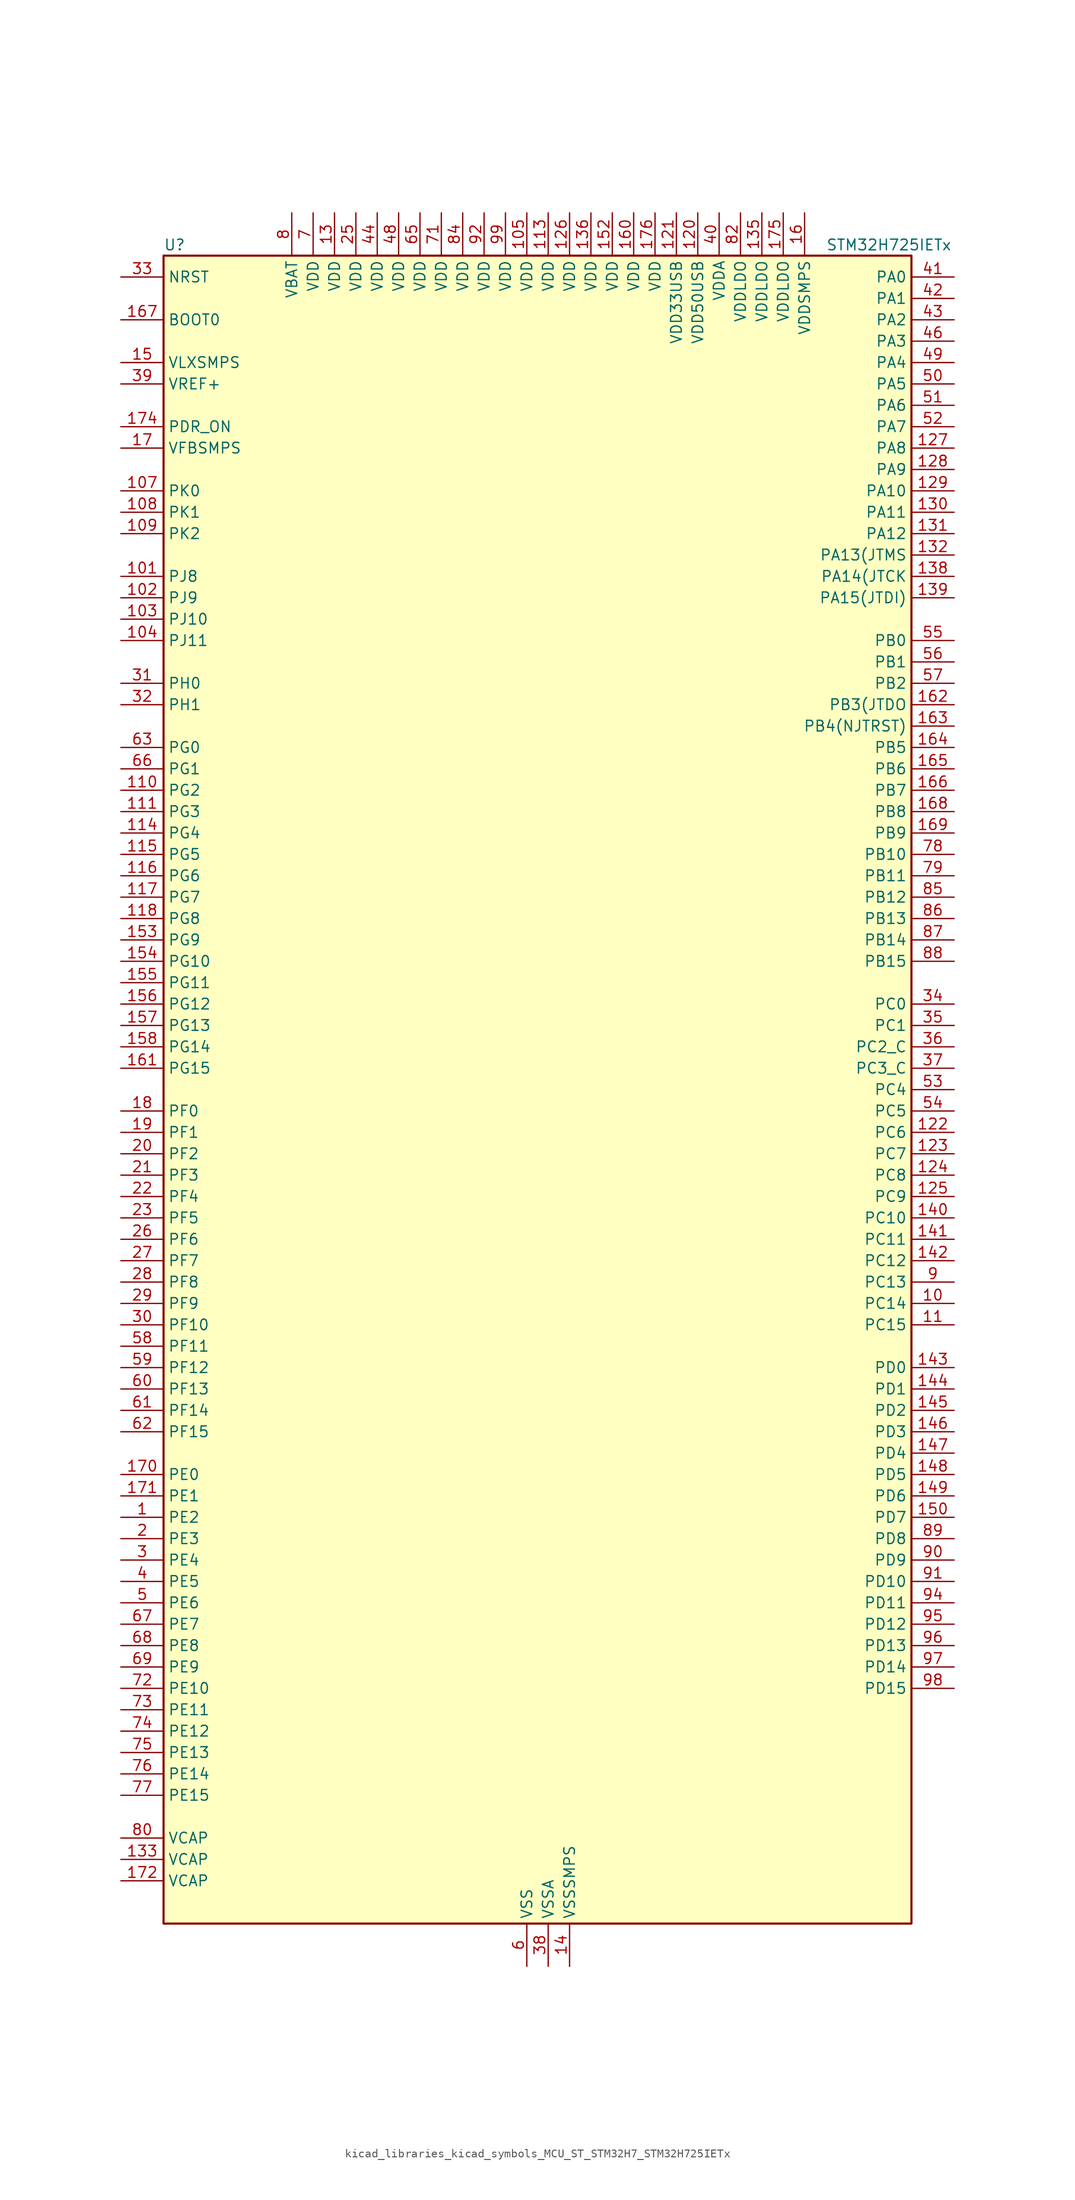
<source format=kicad_sym>
(kicad_symbol_lib
  (version 20220914)
  (generator kicad_symbol_editor)
  (symbol "kicad_libraries_kicad_symbols_MCU_ST_STM32H7_STM32H725IETx"
    (property "Reference" "U"
      (at -43.18 100.33 0)
      (effects (font (size 1.27 1.27)) (justify left)))
    (property "Value" "STM32H725IETx"
      (at 35.56 100.33 0)
      (effects (font (size 1.27 1.27)) (justify left)))
    (property "ki_locked" ""
      (at 0 0 0)
      (effects (font (size 1.27 1.27))))
    (symbol "kicad_libraries_kicad_symbols_MCU_ST_STM32H7_STM32H725IETx_0_1"
      (rectangle (start -43.18 -99.06) (end 45.72 99.06) (stroke (width 0.254) (type default)) (fill (type background))))
    (symbol "kicad_libraries_kicad_symbols_MCU_ST_STM32H7_STM32H725IETx_1_1"
      (pin bidirectional line (at -48.26 -50.8 0) (length 5.08) (name "PE2" (effects (font (size 1.27 1.27)))) (number "1" (effects (font (size 1.27 1.27)))) (alternate "DEBUG_TRACECLK" bidirectional line) (alternate "ETH_TXD3" bidirectional line) (alternate "FMC_A23" bidirectional line) (alternate "OCTOSPIM_P1_IO2" bidirectional line) (alternate "SAI1_CK1" bidirectional line) (alternate "SAI1_MCLK_A" bidirectional line) (alternate "SAI4_CK1" bidirectional line) (alternate "SAI4_MCLK_A" bidirectional line) (alternate "SPI4_SCK" bidirectional line) (alternate "USART10_RX" bidirectional line))
      (pin bidirectional line (at 50.8 -25.4 180) (length 5.08) (name "PC14" (effects (font (size 1.27 1.27)))) (number "10" (effects (font (size 1.27 1.27)))) (alternate "RCC_OSC32_IN" bidirectional line))
      (pin passive line (at 0 -104.14 90) (length 5.08) hide (name "VSS" (effects (font (size 1.27 1.27)))) (number "100" (effects (font (size 1.27 1.27)))))
      (pin bidirectional line (at -48.26 60.96 0) (length 5.08) (name "PJ8" (effects (font (size 1.27 1.27)))) (number "101" (effects (font (size 1.27 1.27)))) (alternate "LTDC_G1" bidirectional line) (alternate "TIM1_CH3N" bidirectional line) (alternate "TIM8_CH1" bidirectional line) (alternate "UART8_TX" bidirectional line))
      (pin bidirectional line (at -48.26 58.42 0) (length 5.08) (name "PJ9" (effects (font (size 1.27 1.27)))) (number "102" (effects (font (size 1.27 1.27)))) (alternate "DAC1_EXTI9" bidirectional line) (alternate "LTDC_G2" bidirectional line) (alternate "TIM1_CH3" bidirectional line) (alternate "TIM8_CH1N" bidirectional line) (alternate "UART8_RX" bidirectional line))
      (pin bidirectional line (at -48.26 55.88 0) (length 5.08) (name "PJ10" (effects (font (size 1.27 1.27)))) (number "103" (effects (font (size 1.27 1.27)))) (alternate "LTDC_G3" bidirectional line) (alternate "SPI5_MOSI" bidirectional line) (alternate "TIM1_CH2N" bidirectional line) (alternate "TIM8_CH2" bidirectional line))
      (pin bidirectional line (at -48.26 53.34 0) (length 5.08) (name "PJ11" (effects (font (size 1.27 1.27)))) (number "104" (effects (font (size 1.27 1.27)))) (alternate "ADC1_EXTI11" bidirectional line) (alternate "ADC2_EXTI11" bidirectional line) (alternate "ADC3_EXTI11" bidirectional line) (alternate "LTDC_G4" bidirectional line) (alternate "SPI5_MISO" bidirectional line) (alternate "TIM1_CH2" bidirectional line) (alternate "TIM8_CH2N" bidirectional line))
      (pin power_in line (at 0 104.14 270) (length 5.08) (name "VDD" (effects (font (size 1.27 1.27)))) (number "105" (effects (font (size 1.27 1.27)))))
      (pin passive line (at 0 -104.14 90) (length 5.08) hide (name "VSS" (effects (font (size 1.27 1.27)))) (number "106" (effects (font (size 1.27 1.27)))))
      (pin bidirectional line (at -48.26 71.12 0) (length 5.08) (name "PK0" (effects (font (size 1.27 1.27)))) (number "107" (effects (font (size 1.27 1.27)))) (alternate "LTDC_G5" bidirectional line) (alternate "SPI5_SCK" bidirectional line) (alternate "TIM1_CH1N" bidirectional line) (alternate "TIM8_CH3" bidirectional line))
      (pin bidirectional line (at -48.26 68.58 0) (length 5.08) (name "PK1" (effects (font (size 1.27 1.27)))) (number "108" (effects (font (size 1.27 1.27)))) (alternate "LTDC_G6" bidirectional line) (alternate "SPI5_NSS" bidirectional line) (alternate "TIM1_CH1" bidirectional line) (alternate "TIM8_CH3N" bidirectional line))
      (pin bidirectional line (at -48.26 66.04 0) (length 5.08) (name "PK2" (effects (font (size 1.27 1.27)))) (number "109" (effects (font (size 1.27 1.27)))) (alternate "LTDC_G7" bidirectional line) (alternate "TIM1_BKIN" bidirectional line) (alternate "TIM1_BKIN_COMP1" bidirectional line) (alternate "TIM1_BKIN_COMP2" bidirectional line) (alternate "TIM8_BKIN" bidirectional line) (alternate "TIM8_BKIN_COMP1" bidirectional line) (alternate "TIM8_BKIN_COMP2" bidirectional line))
      (pin bidirectional line (at 50.8 -27.94 180) (length 5.08) (name "PC15" (effects (font (size 1.27 1.27)))) (number "11" (effects (font (size 1.27 1.27)))) (alternate "ADC1_EXTI15" bidirectional line) (alternate "ADC2_EXTI15" bidirectional line) (alternate "ADC3_EXTI15" bidirectional line) (alternate "RCC_OSC32_OUT" bidirectional line))
      (pin bidirectional line (at -48.26 35.56 0) (length 5.08) (name "PG2" (effects (font (size 1.27 1.27)))) (number "110" (effects (font (size 1.27 1.27)))) (alternate "FMC_A12" bidirectional line) (alternate "TIM24_ETR" bidirectional line) (alternate "TIM8_BKIN" bidirectional line) (alternate "TIM8_BKIN_COMP1" bidirectional line) (alternate "TIM8_BKIN_COMP2" bidirectional line))
      (pin bidirectional line (at -48.26 33.02 0) (length 5.08) (name "PG3" (effects (font (size 1.27 1.27)))) (number "111" (effects (font (size 1.27 1.27)))) (alternate "FMC_A13" bidirectional line) (alternate "TIM23_ETR" bidirectional line) (alternate "TIM8_BKIN2" bidirectional line) (alternate "TIM8_BKIN2_COMP1" bidirectional line) (alternate "TIM8_BKIN2_COMP2" bidirectional line))
      (pin passive line (at 0 -104.14 90) (length 5.08) hide (name "VSS" (effects (font (size 1.27 1.27)))) (number "112" (effects (font (size 1.27 1.27)))))
      (pin power_in line (at 2.54 104.14 270) (length 5.08) (name "VDD" (effects (font (size 1.27 1.27)))) (number "113" (effects (font (size 1.27 1.27)))))
      (pin bidirectional line (at -48.26 30.48 0) (length 5.08) (name "PG4" (effects (font (size 1.27 1.27)))) (number "114" (effects (font (size 1.27 1.27)))) (alternate "FMC_A14" bidirectional line) (alternate "FMC_BA0" bidirectional line) (alternate "TIM1_BKIN2" bidirectional line) (alternate "TIM1_BKIN2_COMP1" bidirectional line) (alternate "TIM1_BKIN2_COMP2" bidirectional line))
      (pin bidirectional line (at -48.26 27.94 0) (length 5.08) (name "PG5" (effects (font (size 1.27 1.27)))) (number "115" (effects (font (size 1.27 1.27)))) (alternate "FMC_A15" bidirectional line) (alternate "FMC_BA1" bidirectional line) (alternate "TIM1_ETR" bidirectional line))
      (pin bidirectional line (at -48.26 25.4 0) (length 5.08) (name "PG6" (effects (font (size 1.27 1.27)))) (number "116" (effects (font (size 1.27 1.27)))) (alternate "DCMI_D12" bidirectional line) (alternate "FMC_NE3" bidirectional line) (alternate "LTDC_R7" bidirectional line) (alternate "OCTOSPIM_P1_NCS" bidirectional line) (alternate "PSSI_D12" bidirectional line) (alternate "TIM17_BKIN" bidirectional line))
      (pin bidirectional line (at -48.26 22.86 0) (length 5.08) (name "PG7" (effects (font (size 1.27 1.27)))) (number "117" (effects (font (size 1.27 1.27)))) (alternate "DCMI_D13" bidirectional line) (alternate "FMC_INT" bidirectional line) (alternate "LTDC_CLK" bidirectional line) (alternate "OCTOSPIM_P2_DQS" bidirectional line) (alternate "PSSI_D13" bidirectional line) (alternate "SAI1_MCLK_A" bidirectional line) (alternate "USART6_CK" bidirectional line))
      (pin bidirectional line (at -48.26 20.32 0) (length 5.08) (name "PG8" (effects (font (size 1.27 1.27)))) (number "118" (effects (font (size 1.27 1.27)))) (alternate "ETH_PPS_OUT" bidirectional line) (alternate "FMC_SDCLK" bidirectional line) (alternate "I2S6_WS" bidirectional line) (alternate "LTDC_G7" bidirectional line) (alternate "SPDIFRX1_IN2" bidirectional line) (alternate "SPI6_NSS" bidirectional line) (alternate "TIM8_ETR" bidirectional line) (alternate "USART6_DE" bidirectional line) (alternate "USART6_RTS" bidirectional line))
      (pin passive line (at 0 -104.14 90) (length 5.08) hide (name "VSS" (effects (font (size 1.27 1.27)))) (number "119" (effects (font (size 1.27 1.27)))))
      (pin passive line (at 0 -104.14 90) (length 5.08) hide (name "VSS" (effects (font (size 1.27 1.27)))) (number "12" (effects (font (size 1.27 1.27)))))
      (pin power_in line (at 20.32 104.14 270) (length 5.08) (name "VDD50USB" (effects (font (size 1.27 1.27)))) (number "120" (effects (font (size 1.27 1.27)))))
      (pin power_in line (at 17.78 104.14 270) (length 5.08) (name "VDD33USB" (effects (font (size 1.27 1.27)))) (number "121" (effects (font (size 1.27 1.27)))))
      (pin bidirectional line (at 50.8 -5.08 180) (length 5.08) (name "PC6" (effects (font (size 1.27 1.27)))) (number "122" (effects (font (size 1.27 1.27)))) (alternate "DCMI_D0" bidirectional line) (alternate "DFSDM1_CKIN3" bidirectional line) (alternate "FMC_NWAIT" bidirectional line) (alternate "I2S2_MCK" bidirectional line) (alternate "LTDC_HSYNC" bidirectional line) (alternate "PSSI_D0" bidirectional line) (alternate "SDMMC1_D0DIR" bidirectional line) (alternate "SDMMC1_D6" bidirectional line) (alternate "SDMMC2_D6" bidirectional line) (alternate "SWPMI1_IO" bidirectional line) (alternate "TIM3_CH1" bidirectional line) (alternate "TIM8_CH1" bidirectional line) (alternate "USART6_TX" bidirectional line))
      (pin bidirectional line (at 50.8 -7.62 180) (length 5.08) (name "PC7" (effects (font (size 1.27 1.27)))) (number "123" (effects (font (size 1.27 1.27)))) (alternate "DCMI_D1" bidirectional line) (alternate "DEBUG_TRGIO" bidirectional line) (alternate "DFSDM1_DATIN3" bidirectional line) (alternate "FMC_NE1" bidirectional line) (alternate "I2S3_MCK" bidirectional line) (alternate "LTDC_G6" bidirectional line) (alternate "PSSI_D1" bidirectional line) (alternate "SDMMC1_D123DIR" bidirectional line) (alternate "SDMMC1_D7" bidirectional line) (alternate "SDMMC2_D7" bidirectional line) (alternate "SWPMI1_TX" bidirectional line) (alternate "TIM3_CH2" bidirectional line) (alternate "TIM8_CH2" bidirectional line) (alternate "USART6_RX" bidirectional line))
      (pin bidirectional line (at 50.8 -10.16 180) (length 5.08) (name "PC8" (effects (font (size 1.27 1.27)))) (number "124" (effects (font (size 1.27 1.27)))) (alternate "DCMI_D2" bidirectional line) (alternate "DEBUG_TRACED1" bidirectional line) (alternate "FMC_INT" bidirectional line) (alternate "FMC_NCE" bidirectional line) (alternate "FMC_NE2" bidirectional line) (alternate "PSSI_D2" bidirectional line) (alternate "SDMMC1_D0" bidirectional line) (alternate "SWPMI1_RX" bidirectional line) (alternate "TIM3_CH3" bidirectional line) (alternate "TIM8_CH3" bidirectional line) (alternate "UART5_DE" bidirectional line) (alternate "UART5_RTS" bidirectional line) (alternate "USART6_CK" bidirectional line))
      (pin bidirectional line (at 50.8 -12.7 180) (length 5.08) (name "PC9" (effects (font (size 1.27 1.27)))) (number "125" (effects (font (size 1.27 1.27)))) (alternate "DAC1_EXTI9" bidirectional line) (alternate "DCMI_D3" bidirectional line) (alternate "I2C3_SDA" bidirectional line) (alternate "I2C5_SDA" bidirectional line) (alternate "I2S_CKIN" bidirectional line) (alternate "LTDC_B2" bidirectional line) (alternate "LTDC_G3" bidirectional line) (alternate "OCTOSPIM_P1_IO0" bidirectional line) (alternate "PSSI_D3" bidirectional line) (alternate "RCC_MCO_2" bidirectional line) (alternate "SDMMC1_D1" bidirectional line) (alternate "SWPMI1_SUSPEND" bidirectional line) (alternate "TIM3_CH4" bidirectional line) (alternate "TIM8_CH4" bidirectional line) (alternate "UART5_CTS" bidirectional line))
      (pin power_in line (at 5.08 104.14 270) (length 5.08) (name "VDD" (effects (font (size 1.27 1.27)))) (number "126" (effects (font (size 1.27 1.27)))))
      (pin bidirectional line (at 50.8 76.2 180) (length 5.08) (name "PA8" (effects (font (size 1.27 1.27)))) (number "127" (effects (font (size 1.27 1.27)))) (alternate "I2C3_SCL" bidirectional line) (alternate "I2C5_SCL" bidirectional line) (alternate "LTDC_B3" bidirectional line) (alternate "LTDC_R6" bidirectional line) (alternate "RCC_MCO_1" bidirectional line) (alternate "TIM1_CH1" bidirectional line) (alternate "TIM8_BKIN2" bidirectional line) (alternate "TIM8_BKIN2_COMP1" bidirectional line) (alternate "TIM8_BKIN2_COMP2" bidirectional line) (alternate "UART7_RX" bidirectional line) (alternate "USART1_CK" bidirectional line) (alternate "USB_OTG_HS_SOF" bidirectional line))
      (pin bidirectional line (at 50.8 73.66 180) (length 5.08) (name "PA9" (effects (font (size 1.27 1.27)))) (number "128" (effects (font (size 1.27 1.27)))) (alternate "DAC1_EXTI9" bidirectional line) (alternate "DCMI_D0" bidirectional line) (alternate "ETH_TX_ER" bidirectional line) (alternate "I2C3_SMBA" bidirectional line) (alternate "I2C5_SMBA" bidirectional line) (alternate "I2S2_CK" bidirectional line) (alternate "LPUART1_TX" bidirectional line) (alternate "LTDC_R5" bidirectional line) (alternate "PSSI_D0" bidirectional line) (alternate "SPI2_SCK" bidirectional line) (alternate "TIM1_CH2" bidirectional line) (alternate "USART1_TX" bidirectional line) (alternate "USB_OTG_HS_VBUS" bidirectional line))
      (pin bidirectional line (at 50.8 71.12 180) (length 5.08) (name "PA10" (effects (font (size 1.27 1.27)))) (number "129" (effects (font (size 1.27 1.27)))) (alternate "DCMI_D1" bidirectional line) (alternate "LPUART1_RX" bidirectional line) (alternate "LTDC_B1" bidirectional line) (alternate "LTDC_B4" bidirectional line) (alternate "MDIOS_MDIO" bidirectional line) (alternate "PSSI_D1" bidirectional line) (alternate "TIM1_CH3" bidirectional line) (alternate "USART1_RX" bidirectional line) (alternate "USB_OTG_HS_ID" bidirectional line))
      (pin power_in line (at -22.86 104.14 270) (length 5.08) (name "VDD" (effects (font (size 1.27 1.27)))) (number "13" (effects (font (size 1.27 1.27)))))
      (pin bidirectional line (at 50.8 68.58 180) (length 5.08) (name "PA11" (effects (font (size 1.27 1.27)))) (number "130" (effects (font (size 1.27 1.27)))) (alternate "ADC1_EXTI11" bidirectional line) (alternate "ADC2_EXTI11" bidirectional line) (alternate "ADC3_EXTI11" bidirectional line) (alternate "FDCAN1_RX" bidirectional line) (alternate "I2S2_WS" bidirectional line) (alternate "LPUART1_CTS" bidirectional line) (alternate "LTDC_R4" bidirectional line) (alternate "SPI2_NSS" bidirectional line) (alternate "TIM1_CH4" bidirectional line) (alternate "UART4_RX" bidirectional line) (alternate "USART1_CTS" bidirectional line) (alternate "USART1_NSS" bidirectional line) (alternate "USB_OTG_HS_DM" bidirectional line))
      (pin bidirectional line (at 50.8 66.04 180) (length 5.08) (name "PA12" (effects (font (size 1.27 1.27)))) (number "131" (effects (font (size 1.27 1.27)))) (alternate "FDCAN1_TX" bidirectional line) (alternate "I2S2_CK" bidirectional line) (alternate "LPUART1_DE" bidirectional line) (alternate "LPUART1_RTS" bidirectional line) (alternate "LTDC_R5" bidirectional line) (alternate "SAI4_FS_B" bidirectional line) (alternate "SPI2_SCK" bidirectional line) (alternate "TIM1_BKIN2" bidirectional line) (alternate "TIM1_ETR" bidirectional line) (alternate "UART4_TX" bidirectional line) (alternate "USART1_DE" bidirectional line) (alternate "USART1_RTS" bidirectional line) (alternate "USB_OTG_HS_DP" bidirectional line))
      (pin bidirectional line (at 50.8 63.5 180) (length 5.08) (name "PA13(JTMS" (effects (font (size 1.27 1.27)))) (number "132" (effects (font (size 1.27 1.27)))) (alternate "DEBUG_JTMS-SWDIO" bidirectional line))
      (pin power_out line (at -48.26 -91.44 0) (length 5.08) (name "VCAP" (effects (font (size 1.27 1.27)))) (number "133" (effects (font (size 1.27 1.27)))))
      (pin passive line (at 0 -104.14 90) (length 5.08) hide (name "VSS" (effects (font (size 1.27 1.27)))) (number "134" (effects (font (size 1.27 1.27)))))
      (pin power_in line (at 27.94 104.14 270) (length 5.08) (name "VDDLDO" (effects (font (size 1.27 1.27)))) (number "135" (effects (font (size 1.27 1.27)))))
      (pin power_in line (at 7.62 104.14 270) (length 5.08) (name "VDD" (effects (font (size 1.27 1.27)))) (number "136" (effects (font (size 1.27 1.27)))))
      (pin passive line (at 0 -104.14 90) (length 5.08) hide (name "VSS" (effects (font (size 1.27 1.27)))) (number "137" (effects (font (size 1.27 1.27)))))
      (pin bidirectional line (at 50.8 60.96 180) (length 5.08) (name "PA14(JTCK" (effects (font (size 1.27 1.27)))) (number "138" (effects (font (size 1.27 1.27)))) (alternate "DEBUG_JTCK-SWCLK" bidirectional line))
      (pin bidirectional line (at 50.8 58.42 180) (length 5.08) (name "PA15(JTDI)" (effects (font (size 1.27 1.27)))) (number "139" (effects (font (size 1.27 1.27)))) (alternate "ADC1_EXTI15" bidirectional line) (alternate "ADC2_EXTI15" bidirectional line) (alternate "ADC3_EXTI15" bidirectional line) (alternate "CEC" bidirectional line) (alternate "DEBUG_JTDI" bidirectional line) (alternate "I2S1_WS" bidirectional line) (alternate "I2S3_WS" bidirectional line) (alternate "I2S6_WS" bidirectional line) (alternate "LTDC_B6" bidirectional line) (alternate "LTDC_R3" bidirectional line) (alternate "SPI1_NSS" bidirectional line) (alternate "SPI3_NSS" bidirectional line) (alternate "SPI6_NSS" bidirectional line) (alternate "TIM2_CH1" bidirectional line) (alternate "TIM2_ETR" bidirectional line) (alternate "UART4_DE" bidirectional line) (alternate "UART4_RTS" bidirectional line) (alternate "UART7_TX" bidirectional line))
      (pin power_in line (at 5.08 -104.14 90) (length 5.08) (name "VSSSMPS" (effects (font (size 1.27 1.27)))) (number "14" (effects (font (size 1.27 1.27)))))
      (pin bidirectional line (at 50.8 -15.24 180) (length 5.08) (name "PC10" (effects (font (size 1.27 1.27)))) (number "140" (effects (font (size 1.27 1.27)))) (alternate "DCMI_D8" bidirectional line) (alternate "DFSDM1_CKIN5" bidirectional line) (alternate "I2C5_SDA" bidirectional line) (alternate "I2S3_CK" bidirectional line) (alternate "LTDC_B1" bidirectional line) (alternate "LTDC_R2" bidirectional line) (alternate "OCTOSPIM_P1_IO1" bidirectional line) (alternate "PSSI_D8" bidirectional line) (alternate "SDMMC1_D2" bidirectional line) (alternate "SPI3_SCK" bidirectional line) (alternate "SWPMI1_RX" bidirectional line) (alternate "UART4_TX" bidirectional line) (alternate "USART3_TX" bidirectional line))
      (pin bidirectional line (at 50.8 -17.78 180) (length 5.08) (name "PC11" (effects (font (size 1.27 1.27)))) (number "141" (effects (font (size 1.27 1.27)))) (alternate "ADC1_EXTI11" bidirectional line) (alternate "ADC2_EXTI11" bidirectional line) (alternate "ADC3_EXTI11" bidirectional line) (alternate "DCMI_D4" bidirectional line) (alternate "DFSDM1_DATIN5" bidirectional line) (alternate "I2C5_SCL" bidirectional line) (alternate "I2S3_SDI" bidirectional line) (alternate "LTDC_B4" bidirectional line) (alternate "OCTOSPIM_P1_NCS" bidirectional line) (alternate "PSSI_D4" bidirectional line) (alternate "SDMMC1_D3" bidirectional line) (alternate "SPI3_MISO" bidirectional line) (alternate "UART4_RX" bidirectional line) (alternate "USART3_RX" bidirectional line))
      (pin bidirectional line (at 50.8 -20.32 180) (length 5.08) (name "PC12" (effects (font (size 1.27 1.27)))) (number "142" (effects (font (size 1.27 1.27)))) (alternate "DCMI_D9" bidirectional line) (alternate "DEBUG_TRACED3" bidirectional line) (alternate "FMC_D6" bidirectional line) (alternate "FMC_DA6" bidirectional line) (alternate "I2C5_SMBA" bidirectional line) (alternate "I2S3_SDO" bidirectional line) (alternate "I2S6_CK" bidirectional line) (alternate "LTDC_R6" bidirectional line) (alternate "PSSI_D9" bidirectional line) (alternate "SDMMC1_CK" bidirectional line) (alternate "SPI3_MOSI" bidirectional line) (alternate "SPI6_SCK" bidirectional line) (alternate "TIM15_CH1" bidirectional line) (alternate "UART5_TX" bidirectional line) (alternate "USART3_CK" bidirectional line))
      (pin bidirectional line (at 50.8 -33.02 180) (length 5.08) (name "PD0" (effects (font (size 1.27 1.27)))) (number "143" (effects (font (size 1.27 1.27)))) (alternate "DFSDM1_CKIN6" bidirectional line) (alternate "FDCAN1_RX" bidirectional line) (alternate "FMC_D2" bidirectional line) (alternate "FMC_DA2" bidirectional line) (alternate "LTDC_B1" bidirectional line) (alternate "UART4_RX" bidirectional line) (alternate "UART9_CTS" bidirectional line))
      (pin bidirectional line (at 50.8 -35.56 180) (length 5.08) (name "PD1" (effects (font (size 1.27 1.27)))) (number "144" (effects (font (size 1.27 1.27)))) (alternate "DFSDM1_DATIN6" bidirectional line) (alternate "FDCAN1_TX" bidirectional line) (alternate "FMC_D3" bidirectional line) (alternate "FMC_DA3" bidirectional line) (alternate "UART4_TX" bidirectional line))
      (pin bidirectional line (at 50.8 -38.1 180) (length 5.08) (name "PD2" (effects (font (size 1.27 1.27)))) (number "145" (effects (font (size 1.27 1.27)))) (alternate "DCMI_D11" bidirectional line) (alternate "DEBUG_TRACED2" bidirectional line) (alternate "FMC_D7" bidirectional line) (alternate "FMC_DA7" bidirectional line) (alternate "LTDC_B2" bidirectional line) (alternate "LTDC_B7" bidirectional line) (alternate "PSSI_D11" bidirectional line) (alternate "SDMMC1_CMD" bidirectional line) (alternate "TIM15_BKIN" bidirectional line) (alternate "TIM3_ETR" bidirectional line) (alternate "UART5_RX" bidirectional line))
      (pin bidirectional line (at 50.8 -40.64 180) (length 5.08) (name "PD3" (effects (font (size 1.27 1.27)))) (number "146" (effects (font (size 1.27 1.27)))) (alternate "DCMI_D5" bidirectional line) (alternate "DFSDM1_CKOUT" bidirectional line) (alternate "FMC_CLK" bidirectional line) (alternate "I2S2_CK" bidirectional line) (alternate "LTDC_G7" bidirectional line) (alternate "PSSI_D5" bidirectional line) (alternate "SPI2_SCK" bidirectional line) (alternate "USART2_CTS" bidirectional line) (alternate "USART2_NSS" bidirectional line))
      (pin bidirectional line (at 50.8 -43.18 180) (length 5.08) (name "PD4" (effects (font (size 1.27 1.27)))) (number "147" (effects (font (size 1.27 1.27)))) (alternate "FMC_NOE" bidirectional line) (alternate "OCTOSPIM_P1_IO4" bidirectional line) (alternate "USART2_DE" bidirectional line) (alternate "USART2_RTS" bidirectional line))
      (pin bidirectional line (at 50.8 -45.72 180) (length 5.08) (name "PD5" (effects (font (size 1.27 1.27)))) (number "148" (effects (font (size 1.27 1.27)))) (alternate "FMC_NWE" bidirectional line) (alternate "OCTOSPIM_P1_IO5" bidirectional line) (alternate "USART2_TX" bidirectional line))
      (pin bidirectional line (at 50.8 -48.26 180) (length 5.08) (name "PD6" (effects (font (size 1.27 1.27)))) (number "149" (effects (font (size 1.27 1.27)))) (alternate "DCMI_D10" bidirectional line) (alternate "DFSDM1_CKIN4" bidirectional line) (alternate "DFSDM1_DATIN1" bidirectional line) (alternate "FMC_NWAIT" bidirectional line) (alternate "I2S3_SDO" bidirectional line) (alternate "LTDC_B2" bidirectional line) (alternate "OCTOSPIM_P1_IO6" bidirectional line) (alternate "PSSI_D10" bidirectional line) (alternate "SAI1_D1" bidirectional line) (alternate "SAI1_SD_A" bidirectional line) (alternate "SAI4_D1" bidirectional line) (alternate "SAI4_SD_A" bidirectional line) (alternate "SDMMC2_CK" bidirectional line) (alternate "SPI3_MOSI" bidirectional line) (alternate "USART2_RX" bidirectional line))
      (pin power_in line (at -48.26 86.36 0) (length 5.08) (name "VLXSMPS" (effects (font (size 1.27 1.27)))) (number "15" (effects (font (size 1.27 1.27)))))
      (pin bidirectional line (at 50.8 -50.8 180) (length 5.08) (name "PD7" (effects (font (size 1.27 1.27)))) (number "150" (effects (font (size 1.27 1.27)))) (alternate "DFSDM1_CKIN1" bidirectional line) (alternate "DFSDM1_DATIN4" bidirectional line) (alternate "FMC_NE1" bidirectional line) (alternate "I2S1_SDO" bidirectional line) (alternate "OCTOSPIM_P1_IO7" bidirectional line) (alternate "SDMMC2_CMD" bidirectional line) (alternate "SPDIFRX1_IN0" bidirectional line) (alternate "SPI1_MOSI" bidirectional line) (alternate "USART2_CK" bidirectional line))
      (pin passive line (at 0 -104.14 90) (length 5.08) hide (name "VSS" (effects (font (size 1.27 1.27)))) (number "151" (effects (font (size 1.27 1.27)))))
      (pin power_in line (at 10.16 104.14 270) (length 5.08) (name "VDD" (effects (font (size 1.27 1.27)))) (number "152" (effects (font (size 1.27 1.27)))))
      (pin bidirectional line (at -48.26 17.78 0) (length 5.08) (name "PG9" (effects (font (size 1.27 1.27)))) (number "153" (effects (font (size 1.27 1.27)))) (alternate "DAC1_EXTI9" bidirectional line) (alternate "DCMI_VSYNC" bidirectional line) (alternate "FDCAN3_TX" bidirectional line) (alternate "FMC_NCE" bidirectional line) (alternate "FMC_NE2" bidirectional line) (alternate "I2S1_SDI" bidirectional line) (alternate "OCTOSPIM_P1_IO6" bidirectional line) (alternate "PSSI_RDY" bidirectional line) (alternate "SAI4_FS_B" bidirectional line) (alternate "SDMMC2_D0" bidirectional line) (alternate "SPDIFRX1_IN3" bidirectional line) (alternate "SPI1_MISO" bidirectional line) (alternate "USART6_RX" bidirectional line))
      (pin bidirectional line (at -48.26 15.24 0) (length 5.08) (name "PG10" (effects (font (size 1.27 1.27)))) (number "154" (effects (font (size 1.27 1.27)))) (alternate "DCMI_D2" bidirectional line) (alternate "FDCAN3_RX" bidirectional line) (alternate "FMC_NE3" bidirectional line) (alternate "I2S1_WS" bidirectional line) (alternate "LTDC_B2" bidirectional line) (alternate "LTDC_G3" bidirectional line) (alternate "OCTOSPIM_P2_IO6" bidirectional line) (alternate "PSSI_D2" bidirectional line) (alternate "SAI4_SD_B" bidirectional line) (alternate "SDMMC2_D1" bidirectional line) (alternate "SPI1_NSS" bidirectional line))
      (pin bidirectional line (at -48.26 12.7 0) (length 5.08) (name "PG11" (effects (font (size 1.27 1.27)))) (number "155" (effects (font (size 1.27 1.27)))) (alternate "ADC1_EXTI11" bidirectional line) (alternate "ADC2_EXTI11" bidirectional line) (alternate "ADC3_EXTI11" bidirectional line) (alternate "DCMI_D3" bidirectional line) (alternate "ETH_TX_EN" bidirectional line) (alternate "I2S1_CK" bidirectional line) (alternate "LPTIM1_IN2" bidirectional line) (alternate "LTDC_B3" bidirectional line) (alternate "OCTOSPIM_P2_IO7" bidirectional line) (alternate "PSSI_D3" bidirectional line) (alternate "SDMMC2_D2" bidirectional line) (alternate "SPDIFRX1_IN0" bidirectional line) (alternate "SPI1_SCK" bidirectional line) (alternate "USART10_RX" bidirectional line))
      (pin bidirectional line (at -48.26 10.16 0) (length 5.08) (name "PG12" (effects (font (size 1.27 1.27)))) (number "156" (effects (font (size 1.27 1.27)))) (alternate "ETH_TXD1" bidirectional line) (alternate "FMC_NE4" bidirectional line) (alternate "I2S6_SDI" bidirectional line) (alternate "LPTIM1_IN1" bidirectional line) (alternate "LTDC_B1" bidirectional line) (alternate "LTDC_B4" bidirectional line) (alternate "OCTOSPIM_P2_NCS" bidirectional line) (alternate "SDMMC2_D3" bidirectional line) (alternate "SPDIFRX1_IN1" bidirectional line) (alternate "SPI6_MISO" bidirectional line) (alternate "TIM23_CH1" bidirectional line) (alternate "USART10_TX" bidirectional line) (alternate "USART6_DE" bidirectional line) (alternate "USART6_RTS" bidirectional line))
      (pin bidirectional line (at -48.26 7.62 0) (length 5.08) (name "PG13" (effects (font (size 1.27 1.27)))) (number "157" (effects (font (size 1.27 1.27)))) (alternate "DEBUG_TRACED0" bidirectional line) (alternate "ETH_TXD0" bidirectional line) (alternate "FMC_A24" bidirectional line) (alternate "I2S6_CK" bidirectional line) (alternate "LPTIM1_OUT" bidirectional line) (alternate "LTDC_R0" bidirectional line) (alternate "SDMMC2_D6" bidirectional line) (alternate "SPI6_SCK" bidirectional line) (alternate "TIM23_CH2" bidirectional line) (alternate "USART10_CTS" bidirectional line) (alternate "USART10_NSS" bidirectional line) (alternate "USART6_CTS" bidirectional line) (alternate "USART6_NSS" bidirectional line))
      (pin bidirectional line (at -48.26 5.08 0) (length 5.08) (name "PG14" (effects (font (size 1.27 1.27)))) (number "158" (effects (font (size 1.27 1.27)))) (alternate "DEBUG_TRACED1" bidirectional line) (alternate "ETH_TXD1" bidirectional line) (alternate "FMC_A25" bidirectional line) (alternate "I2S6_SDO" bidirectional line) (alternate "LPTIM1_ETR" bidirectional line) (alternate "LTDC_B0" bidirectional line) (alternate "OCTOSPIM_P1_IO7" bidirectional line) (alternate "SDMMC2_D7" bidirectional line) (alternate "SPI6_MOSI" bidirectional line) (alternate "TIM23_CH3" bidirectional line) (alternate "USART10_DE" bidirectional line) (alternate "USART10_RTS" bidirectional line) (alternate "USART6_TX" bidirectional line))
      (pin passive line (at 0 -104.14 90) (length 5.08) hide (name "VSS" (effects (font (size 1.27 1.27)))) (number "159" (effects (font (size 1.27 1.27)))))
      (pin power_in line (at 33.02 104.14 270) (length 5.08) (name "VDDSMPS" (effects (font (size 1.27 1.27)))) (number "16" (effects (font (size 1.27 1.27)))))
      (pin power_in line (at 12.7 104.14 270) (length 5.08) (name "VDD" (effects (font (size 1.27 1.27)))) (number "160" (effects (font (size 1.27 1.27)))))
      (pin bidirectional line (at -48.26 2.54 0) (length 5.08) (name "PG15" (effects (font (size 1.27 1.27)))) (number "161" (effects (font (size 1.27 1.27)))) (alternate "ADC1_EXTI15" bidirectional line) (alternate "ADC2_EXTI15" bidirectional line) (alternate "ADC3_EXTI15" bidirectional line) (alternate "DCMI_D13" bidirectional line) (alternate "FMC_SDNCAS" bidirectional line) (alternate "OCTOSPIM_P2_DQS" bidirectional line) (alternate "PSSI_D13" bidirectional line) (alternate "USART10_CK" bidirectional line) (alternate "USART6_CTS" bidirectional line) (alternate "USART6_NSS" bidirectional line))
      (pin bidirectional line (at 50.8 45.72 180) (length 5.08) (name "PB3(JTDO" (effects (font (size 1.27 1.27)))) (number "162" (effects (font (size 1.27 1.27)))) (alternate "CRS_SYNC" bidirectional line) (alternate "DEBUG_JTDO-SWO" bidirectional line) (alternate "I2S1_CK" bidirectional line) (alternate "I2S3_CK" bidirectional line) (alternate "I2S6_CK" bidirectional line) (alternate "SDMMC2_D2" bidirectional line) (alternate "SPI1_SCK" bidirectional line) (alternate "SPI3_SCK" bidirectional line) (alternate "SPI6_SCK" bidirectional line) (alternate "TIM24_ETR" bidirectional line) (alternate "TIM2_CH2" bidirectional line) (alternate "UART7_RX" bidirectional line))
      (pin bidirectional line (at 50.8 43.18 180) (length 5.08) (name "PB4(NJTRST)" (effects (font (size 1.27 1.27)))) (number "163" (effects (font (size 1.27 1.27)))) (alternate "DEBUG_JTRST" bidirectional line) (alternate "I2S1_SDI" bidirectional line) (alternate "I2S2_WS" bidirectional line) (alternate "I2S3_SDI" bidirectional line) (alternate "I2S6_SDI" bidirectional line) (alternate "SDMMC2_D3" bidirectional line) (alternate "SPI1_MISO" bidirectional line) (alternate "SPI2_NSS" bidirectional line) (alternate "SPI3_MISO" bidirectional line) (alternate "SPI6_MISO" bidirectional line) (alternate "TIM16_BKIN" bidirectional line) (alternate "TIM3_CH1" bidirectional line) (alternate "UART7_TX" bidirectional line))
      (pin bidirectional line (at 50.8 40.64 180) (length 5.08) (name "PB5" (effects (font (size 1.27 1.27)))) (number "164" (effects (font (size 1.27 1.27)))) (alternate "DCMI_D10" bidirectional line) (alternate "ETH_PPS_OUT" bidirectional line) (alternate "FDCAN2_RX" bidirectional line) (alternate "FMC_SDCKE1" bidirectional line) (alternate "I2C1_SMBA" bidirectional line) (alternate "I2C4_SMBA" bidirectional line) (alternate "I2S1_SDO" bidirectional line) (alternate "I2S3_SDO" bidirectional line) (alternate "I2S6_SDO" bidirectional line) (alternate "LTDC_B5" bidirectional line) (alternate "PSSI_D10" bidirectional line) (alternate "SPI1_MOSI" bidirectional line) (alternate "SPI3_MOSI" bidirectional line) (alternate "SPI6_MOSI" bidirectional line) (alternate "TIM17_BKIN" bidirectional line) (alternate "TIM3_CH2" bidirectional line) (alternate "UART5_RX" bidirectional line) (alternate "USB_OTG_HS_ULPI_D7" bidirectional line))
      (pin bidirectional line (at 50.8 38.1 180) (length 5.08) (name "PB6" (effects (font (size 1.27 1.27)))) (number "165" (effects (font (size 1.27 1.27)))) (alternate "CEC" bidirectional line) (alternate "DCMI_D5" bidirectional line) (alternate "DFSDM1_DATIN5" bidirectional line) (alternate "FDCAN2_TX" bidirectional line) (alternate "FMC_SDNE1" bidirectional line) (alternate "I2C1_SCL" bidirectional line) (alternate "I2C4_SCL" bidirectional line) (alternate "LPUART1_TX" bidirectional line) (alternate "OCTOSPIM_P1_NCS" bidirectional line) (alternate "PSSI_D5" bidirectional line) (alternate "TIM16_CH1N" bidirectional line) (alternate "TIM4_CH1" bidirectional line) (alternate "UART5_TX" bidirectional line) (alternate "USART1_TX" bidirectional line))
      (pin bidirectional line (at 50.8 35.56 180) (length 5.08) (name "PB7" (effects (font (size 1.27 1.27)))) (number "166" (effects (font (size 1.27 1.27)))) (alternate "DCMI_VSYNC" bidirectional line) (alternate "DFSDM1_CKIN5" bidirectional line) (alternate "FMC_NL" bidirectional line) (alternate "I2C1_SDA" bidirectional line) (alternate "I2C4_SDA" bidirectional line) (alternate "LPUART1_RX" bidirectional line) (alternate "PSSI_RDY" bidirectional line) (alternate "PWR_PVD_IN" bidirectional line) (alternate "TIM17_CH1N" bidirectional line) (alternate "TIM4_CH2" bidirectional line) (alternate "USART1_RX" bidirectional line))
      (pin input line (at -48.26 91.44 0) (length 5.08) (name "BOOT0" (effects (font (size 1.27 1.27)))) (number "167" (effects (font (size 1.27 1.27)))))
      (pin bidirectional line (at 50.8 33.02 180) (length 5.08) (name "PB8" (effects (font (size 1.27 1.27)))) (number "168" (effects (font (size 1.27 1.27)))) (alternate "DCMI_D6" bidirectional line) (alternate "DFSDM1_CKIN7" bidirectional line) (alternate "ETH_TXD3" bidirectional line) (alternate "FDCAN1_RX" bidirectional line) (alternate "I2C1_SCL" bidirectional line) (alternate "I2C4_SCL" bidirectional line) (alternate "LTDC_B6" bidirectional line) (alternate "PSSI_D6" bidirectional line) (alternate "SDMMC1_CKIN" bidirectional line) (alternate "SDMMC1_D4" bidirectional line) (alternate "SDMMC2_D4" bidirectional line) (alternate "TIM16_CH1" bidirectional line) (alternate "TIM4_CH3" bidirectional line) (alternate "UART4_RX" bidirectional line))
      (pin bidirectional line (at 50.8 30.48 180) (length 5.08) (name "PB9" (effects (font (size 1.27 1.27)))) (number "169" (effects (font (size 1.27 1.27)))) (alternate "DAC1_EXTI9" bidirectional line) (alternate "DCMI_D7" bidirectional line) (alternate "DFSDM1_DATIN7" bidirectional line) (alternate "FDCAN1_TX" bidirectional line) (alternate "I2C1_SDA" bidirectional line) (alternate "I2C4_SDA" bidirectional line) (alternate "I2C4_SMBA" bidirectional line) (alternate "I2S2_WS" bidirectional line) (alternate "LTDC_B7" bidirectional line) (alternate "PSSI_D7" bidirectional line) (alternate "SDMMC1_CDIR" bidirectional line) (alternate "SDMMC1_D5" bidirectional line) (alternate "SDMMC2_D5" bidirectional line) (alternate "SPI2_NSS" bidirectional line) (alternate "TIM17_CH1" bidirectional line) (alternate "TIM4_CH4" bidirectional line) (alternate "UART4_TX" bidirectional line))
      (pin input line (at -48.26 76.2 0) (length 5.08) (name "VFBSMPS" (effects (font (size 1.27 1.27)))) (number "17" (effects (font (size 1.27 1.27)))))
      (pin bidirectional line (at -48.26 -45.72 0) (length 5.08) (name "PE0" (effects (font (size 1.27 1.27)))) (number "170" (effects (font (size 1.27 1.27)))) (alternate "DCMI_D2" bidirectional line) (alternate "FMC_NBL0" bidirectional line) (alternate "LPTIM1_ETR" bidirectional line) (alternate "LPTIM2_ETR" bidirectional line) (alternate "LTDC_R0" bidirectional line) (alternate "PSSI_D2" bidirectional line) (alternate "SAI4_MCLK_A" bidirectional line) (alternate "TIM4_ETR" bidirectional line) (alternate "UART8_RX" bidirectional line))
      (pin bidirectional line (at -48.26 -48.26 0) (length 5.08) (name "PE1" (effects (font (size 1.27 1.27)))) (number "171" (effects (font (size 1.27 1.27)))) (alternate "DCMI_D3" bidirectional line) (alternate "FMC_NBL1" bidirectional line) (alternate "LPTIM1_IN2" bidirectional line) (alternate "LTDC_R6" bidirectional line) (alternate "PSSI_D3" bidirectional line) (alternate "UART8_TX" bidirectional line))
      (pin power_out line (at -48.26 -93.98 0) (length 5.08) (name "VCAP" (effects (font (size 1.27 1.27)))) (number "172" (effects (font (size 1.27 1.27)))))
      (pin passive line (at 0 -104.14 90) (length 5.08) hide (name "VSS" (effects (font (size 1.27 1.27)))) (number "173" (effects (font (size 1.27 1.27)))))
      (pin input line (at -48.26 78.74 0) (length 5.08) (name "PDR_ON" (effects (font (size 1.27 1.27)))) (number "174" (effects (font (size 1.27 1.27)))))
      (pin power_in line (at 30.48 104.14 270) (length 5.08) (name "VDDLDO" (effects (font (size 1.27 1.27)))) (number "175" (effects (font (size 1.27 1.27)))))
      (pin power_in line (at 15.24 104.14 270) (length 5.08) (name "VDD" (effects (font (size 1.27 1.27)))) (number "176" (effects (font (size 1.27 1.27)))))
      (pin bidirectional line (at -48.26 -2.54 0) (length 5.08) (name "PF0" (effects (font (size 1.27 1.27)))) (number "18" (effects (font (size 1.27 1.27)))) (alternate "FMC_A0" bidirectional line) (alternate "I2C2_SDA" bidirectional line) (alternate "I2C5_SDA" bidirectional line) (alternate "OCTOSPIM_P2_IO0" bidirectional line) (alternate "TIM23_CH1" bidirectional line))
      (pin bidirectional line (at -48.26 -5.08 0) (length 5.08) (name "PF1" (effects (font (size 1.27 1.27)))) (number "19" (effects (font (size 1.27 1.27)))) (alternate "FMC_A1" bidirectional line) (alternate "I2C2_SCL" bidirectional line) (alternate "I2C5_SCL" bidirectional line) (alternate "OCTOSPIM_P2_IO1" bidirectional line) (alternate "TIM23_CH2" bidirectional line))
      (pin bidirectional line (at -48.26 -53.34 0) (length 5.08) (name "PE3" (effects (font (size 1.27 1.27)))) (number "2" (effects (font (size 1.27 1.27)))) (alternate "DEBUG_TRACED0" bidirectional line) (alternate "FMC_A19" bidirectional line) (alternate "SAI1_SD_B" bidirectional line) (alternate "SAI4_SD_B" bidirectional line) (alternate "TIM15_BKIN" bidirectional line) (alternate "USART10_TX" bidirectional line))
      (pin bidirectional line (at -48.26 -7.62 0) (length 5.08) (name "PF2" (effects (font (size 1.27 1.27)))) (number "20" (effects (font (size 1.27 1.27)))) (alternate "FMC_A2" bidirectional line) (alternate "I2C2_SMBA" bidirectional line) (alternate "I2C5_SMBA" bidirectional line) (alternate "OCTOSPIM_P2_IO2" bidirectional line) (alternate "TIM23_CH3" bidirectional line))
      (pin bidirectional line (at -48.26 -10.16 0) (length 5.08) (name "PF3" (effects (font (size 1.27 1.27)))) (number "21" (effects (font (size 1.27 1.27)))) (alternate "ADC3_INP5" bidirectional line) (alternate "FMC_A3" bidirectional line) (alternate "OCTOSPIM_P2_IO3" bidirectional line) (alternate "TIM23_CH4" bidirectional line))
      (pin bidirectional line (at -48.26 -12.7 0) (length 5.08) (name "PF4" (effects (font (size 1.27 1.27)))) (number "22" (effects (font (size 1.27 1.27)))) (alternate "ADC3_INN5" bidirectional line) (alternate "ADC3_INP9" bidirectional line) (alternate "FMC_A4" bidirectional line) (alternate "OCTOSPIM_P2_CLK" bidirectional line))
      (pin bidirectional line (at -48.26 -15.24 0) (length 5.08) (name "PF5" (effects (font (size 1.27 1.27)))) (number "23" (effects (font (size 1.27 1.27)))) (alternate "ADC3_INP4" bidirectional line) (alternate "FMC_A5" bidirectional line) (alternate "OCTOSPIM_P2_NCLK" bidirectional line))
      (pin passive line (at 0 -104.14 90) (length 5.08) hide (name "VSS" (effects (font (size 1.27 1.27)))) (number "24" (effects (font (size 1.27 1.27)))))
      (pin power_in line (at -20.32 104.14 270) (length 5.08) (name "VDD" (effects (font (size 1.27 1.27)))) (number "25" (effects (font (size 1.27 1.27)))))
      (pin bidirectional line (at -48.26 -17.78 0) (length 5.08) (name "PF6" (effects (font (size 1.27 1.27)))) (number "26" (effects (font (size 1.27 1.27)))) (alternate "ADC3_INN4" bidirectional line) (alternate "ADC3_INP8" bidirectional line) (alternate "FDCAN3_RX" bidirectional line) (alternate "OCTOSPIM_P1_IO3" bidirectional line) (alternate "SAI1_SD_B" bidirectional line) (alternate "SAI4_SD_B" bidirectional line) (alternate "SPI5_NSS" bidirectional line) (alternate "TIM16_CH1" bidirectional line) (alternate "TIM23_CH1" bidirectional line) (alternate "UART7_RX" bidirectional line))
      (pin bidirectional line (at -48.26 -20.32 0) (length 5.08) (name "PF7" (effects (font (size 1.27 1.27)))) (number "27" (effects (font (size 1.27 1.27)))) (alternate "ADC3_INP3" bidirectional line) (alternate "FDCAN3_TX" bidirectional line) (alternate "OCTOSPIM_P1_IO2" bidirectional line) (alternate "SAI1_MCLK_B" bidirectional line) (alternate "SAI4_MCLK_B" bidirectional line) (alternate "SPI5_SCK" bidirectional line) (alternate "TIM17_CH1" bidirectional line) (alternate "TIM23_CH2" bidirectional line) (alternate "UART7_TX" bidirectional line))
      (pin bidirectional line (at -48.26 -22.86 0) (length 5.08) (name "PF8" (effects (font (size 1.27 1.27)))) (number "28" (effects (font (size 1.27 1.27)))) (alternate "ADC3_INN3" bidirectional line) (alternate "ADC3_INP7" bidirectional line) (alternate "OCTOSPIM_P1_IO0" bidirectional line) (alternate "SAI1_SCK_B" bidirectional line) (alternate "SAI4_SCK_B" bidirectional line) (alternate "SPI5_MISO" bidirectional line) (alternate "TIM13_CH1" bidirectional line) (alternate "TIM16_CH1N" bidirectional line) (alternate "TIM23_CH3" bidirectional line) (alternate "UART7_DE" bidirectional line) (alternate "UART7_RTS" bidirectional line))
      (pin bidirectional line (at -48.26 -25.4 0) (length 5.08) (name "PF9" (effects (font (size 1.27 1.27)))) (number "29" (effects (font (size 1.27 1.27)))) (alternate "ADC3_INP2" bidirectional line) (alternate "DAC1_EXTI9" bidirectional line) (alternate "OCTOSPIM_P1_IO1" bidirectional line) (alternate "SAI1_FS_B" bidirectional line) (alternate "SAI4_FS_B" bidirectional line) (alternate "SPI5_MOSI" bidirectional line) (alternate "TIM14_CH1" bidirectional line) (alternate "TIM17_CH1N" bidirectional line) (alternate "TIM23_CH4" bidirectional line) (alternate "UART7_CTS" bidirectional line))
      (pin bidirectional line (at -48.26 -55.88 0) (length 5.08) (name "PE4" (effects (font (size 1.27 1.27)))) (number "3" (effects (font (size 1.27 1.27)))) (alternate "DCMI_D4" bidirectional line) (alternate "DEBUG_TRACED1" bidirectional line) (alternate "DFSDM1_DATIN3" bidirectional line) (alternate "FMC_A20" bidirectional line) (alternate "LTDC_B0" bidirectional line) (alternate "PSSI_D4" bidirectional line) (alternate "SAI1_D2" bidirectional line) (alternate "SAI1_FS_A" bidirectional line) (alternate "SAI4_D2" bidirectional line) (alternate "SAI4_FS_A" bidirectional line) (alternate "SPI4_NSS" bidirectional line) (alternate "TIM15_CH1N" bidirectional line))
      (pin bidirectional line (at -48.26 -27.94 0) (length 5.08) (name "PF10" (effects (font (size 1.27 1.27)))) (number "30" (effects (font (size 1.27 1.27)))) (alternate "ADC3_INN2" bidirectional line) (alternate "ADC3_INP6" bidirectional line) (alternate "DCMI_D11" bidirectional line) (alternate "LTDC_DE" bidirectional line) (alternate "OCTOSPIM_P1_CLK" bidirectional line) (alternate "PSSI_D11" bidirectional line) (alternate "PSSI_D15" bidirectional line) (alternate "SAI1_D3" bidirectional line) (alternate "SAI4_D3" bidirectional line) (alternate "TIM16_BKIN" bidirectional line))
      (pin bidirectional line (at -48.26 48.26 0) (length 5.08) (name "PH0" (effects (font (size 1.27 1.27)))) (number "31" (effects (font (size 1.27 1.27)))) (alternate "RCC_OSC_IN" bidirectional line))
      (pin bidirectional line (at -48.26 45.72 0) (length 5.08) (name "PH1" (effects (font (size 1.27 1.27)))) (number "32" (effects (font (size 1.27 1.27)))) (alternate "RCC_OSC_OUT" bidirectional line))
      (pin input line (at -48.26 96.52 0) (length 5.08) (name "NRST" (effects (font (size 1.27 1.27)))) (number "33" (effects (font (size 1.27 1.27)))))
      (pin bidirectional line (at 50.8 10.16 180) (length 5.08) (name "PC0" (effects (font (size 1.27 1.27)))) (number "34" (effects (font (size 1.27 1.27)))) (alternate "ADC1_INP10" bidirectional line) (alternate "ADC2_INP10" bidirectional line) (alternate "ADC3_INP10" bidirectional line) (alternate "DFSDM1_CKIN0" bidirectional line) (alternate "DFSDM1_DATIN4" bidirectional line) (alternate "FMC_A25" bidirectional line) (alternate "FMC_D12" bidirectional line) (alternate "FMC_DA12" bidirectional line) (alternate "FMC_SDNWE" bidirectional line) (alternate "LTDC_G2" bidirectional line) (alternate "LTDC_R5" bidirectional line) (alternate "SAI4_FS_B" bidirectional line) (alternate "USB_OTG_HS_ULPI_STP" bidirectional line))
      (pin bidirectional line (at 50.8 7.62 180) (length 5.08) (name "PC1" (effects (font (size 1.27 1.27)))) (number "35" (effects (font (size 1.27 1.27)))) (alternate "ADC1_INN10" bidirectional line) (alternate "ADC1_INP11" bidirectional line) (alternate "ADC2_INN10" bidirectional line) (alternate "ADC2_INP11" bidirectional line) (alternate "ADC3_INN10" bidirectional line) (alternate "ADC3_INP11" bidirectional line) (alternate "DEBUG_TRACED0" bidirectional line) (alternate "DFSDM1_CKIN4" bidirectional line) (alternate "DFSDM1_DATIN0" bidirectional line) (alternate "ETH_MDC" bidirectional line) (alternate "I2S2_SDO" bidirectional line) (alternate "LTDC_G5" bidirectional line) (alternate "MDIOS_MDC" bidirectional line) (alternate "OCTOSPIM_P1_IO4" bidirectional line) (alternate "PWR_WKUP6" bidirectional line) (alternate "RTC_TAMP3" bidirectional line) (alternate "SAI1_D1" bidirectional line) (alternate "SAI1_SD_A" bidirectional line) (alternate "SAI4_D1" bidirectional line) (alternate "SAI4_SD_A" bidirectional line) (alternate "SDMMC2_CK" bidirectional line) (alternate "SPI2_MOSI" bidirectional line))
      (pin bidirectional line (at 50.8 5.08 180) (length 5.08) (name "PC2_C" (effects (font (size 1.27 1.27)))) (number "36" (effects (font (size 1.27 1.27)))) (alternate "ADC3_INN1" bidirectional line) (alternate "ADC3_INP0" bidirectional line) (alternate "DFSDM1_CKIN1" bidirectional line) (alternate "DFSDM1_CKOUT" bidirectional line) (alternate "ETH_TXD2" bidirectional line) (alternate "FMC_SDNE0" bidirectional line) (alternate "I2S2_SDI" bidirectional line) (alternate "OCTOSPIM_P1_IO2" bidirectional line) (alternate "OCTOSPIM_P1_IO5" bidirectional line) (alternate "PWR_CSTOP" bidirectional line) (alternate "SPI2_MISO" bidirectional line) (alternate "USB_OTG_HS_ULPI_DIR" bidirectional line))
      (pin bidirectional line (at 50.8 2.54 180) (length 5.08) (name "PC3_C" (effects (font (size 1.27 1.27)))) (number "37" (effects (font (size 1.27 1.27)))) (alternate "ADC3_INP1" bidirectional line) (alternate "DFSDM1_DATIN1" bidirectional line) (alternate "ETH_TX_CLK" bidirectional line) (alternate "FMC_SDCKE0" bidirectional line) (alternate "I2S2_SDO" bidirectional line) (alternate "OCTOSPIM_P1_IO0" bidirectional line) (alternate "OCTOSPIM_P1_IO6" bidirectional line) (alternate "PWR_CSLEEP" bidirectional line) (alternate "SPI2_MOSI" bidirectional line) (alternate "USB_OTG_HS_ULPI_NXT" bidirectional line))
      (pin power_in line (at 2.54 -104.14 90) (length 5.08) (name "VSSA" (effects (font (size 1.27 1.27)))) (number "38" (effects (font (size 1.27 1.27)))))
      (pin input line (at -48.26 83.82 0) (length 5.08) (name "VREF+" (effects (font (size 1.27 1.27)))) (number "39" (effects (font (size 1.27 1.27)))) (alternate "VREFBUF_OUT" bidirectional line))
      (pin bidirectional line (at -48.26 -58.42 0) (length 5.08) (name "PE5" (effects (font (size 1.27 1.27)))) (number "4" (effects (font (size 1.27 1.27)))) (alternate "DCMI_D6" bidirectional line) (alternate "DEBUG_TRACED2" bidirectional line) (alternate "DFSDM1_CKIN3" bidirectional line) (alternate "FMC_A21" bidirectional line) (alternate "LTDC_G0" bidirectional line) (alternate "PSSI_D6" bidirectional line) (alternate "SAI1_CK2" bidirectional line) (alternate "SAI1_SCK_A" bidirectional line) (alternate "SAI4_CK2" bidirectional line) (alternate "SAI4_SCK_A" bidirectional line) (alternate "SPI4_MISO" bidirectional line) (alternate "TIM15_CH1" bidirectional line))
      (pin power_in line (at 22.86 104.14 270) (length 5.08) (name "VDDA" (effects (font (size 1.27 1.27)))) (number "40" (effects (font (size 1.27 1.27)))))
      (pin bidirectional line (at 50.8 96.52 180) (length 5.08) (name "PA0" (effects (font (size 1.27 1.27)))) (number "41" (effects (font (size 1.27 1.27)))) (alternate "ADC1_INP16" bidirectional line) (alternate "ETH_CRS" bidirectional line) (alternate "FMC_A19" bidirectional line) (alternate "I2S6_WS" bidirectional line) (alternate "PWR_WKUP1" bidirectional line) (alternate "SAI4_SD_B" bidirectional line) (alternate "SDMMC2_CMD" bidirectional line) (alternate "SPI6_NSS" bidirectional line) (alternate "TIM15_BKIN" bidirectional line) (alternate "TIM2_CH1" bidirectional line) (alternate "TIM2_ETR" bidirectional line) (alternate "TIM5_CH1" bidirectional line) (alternate "TIM8_ETR" bidirectional line) (alternate "UART4_TX" bidirectional line) (alternate "USART2_CTS" bidirectional line) (alternate "USART2_NSS" bidirectional line))
      (pin bidirectional line (at 50.8 93.98 180) (length 5.08) (name "PA1" (effects (font (size 1.27 1.27)))) (number "42" (effects (font (size 1.27 1.27)))) (alternate "ADC1_INN16" bidirectional line) (alternate "ADC1_INP17" bidirectional line) (alternate "ETH_REF_CLK" bidirectional line) (alternate "ETH_RX_CLK" bidirectional line) (alternate "LPTIM3_OUT" bidirectional line) (alternate "LTDC_R2" bidirectional line) (alternate "OCTOSPIM_P1_DQS" bidirectional line) (alternate "OCTOSPIM_P1_IO3" bidirectional line) (alternate "SAI4_MCLK_B" bidirectional line) (alternate "TIM15_CH1N" bidirectional line) (alternate "TIM2_CH2" bidirectional line) (alternate "TIM5_CH2" bidirectional line) (alternate "UART4_RX" bidirectional line) (alternate "USART2_DE" bidirectional line) (alternate "USART2_RTS" bidirectional line))
      (pin bidirectional line (at 50.8 91.44 180) (length 5.08) (name "PA2" (effects (font (size 1.27 1.27)))) (number "43" (effects (font (size 1.27 1.27)))) (alternate "ADC1_INP14" bidirectional line) (alternate "ADC2_INP14" bidirectional line) (alternate "ETH_MDIO" bidirectional line) (alternate "LPTIM4_OUT" bidirectional line) (alternate "LTDC_R1" bidirectional line) (alternate "MDIOS_MDIO" bidirectional line) (alternate "OCTOSPIM_P1_IO0" bidirectional line) (alternate "PWR_WKUP2" bidirectional line) (alternate "SAI4_SCK_B" bidirectional line) (alternate "TIM15_CH1" bidirectional line) (alternate "TIM2_CH3" bidirectional line) (alternate "TIM5_CH3" bidirectional line) (alternate "USART2_TX" bidirectional line))
      (pin power_in line (at -17.78 104.14 270) (length 5.08) (name "VDD" (effects (font (size 1.27 1.27)))) (number "44" (effects (font (size 1.27 1.27)))))
      (pin passive line (at 0 -104.14 90) (length 5.08) hide (name "VSS" (effects (font (size 1.27 1.27)))) (number "45" (effects (font (size 1.27 1.27)))))
      (pin bidirectional line (at 50.8 88.9 180) (length 5.08) (name "PA3" (effects (font (size 1.27 1.27)))) (number "46" (effects (font (size 1.27 1.27)))) (alternate "ADC1_INP15" bidirectional line) (alternate "ADC2_INP15" bidirectional line) (alternate "ETH_COL" bidirectional line) (alternate "I2S6_MCK" bidirectional line) (alternate "LPTIM5_OUT" bidirectional line) (alternate "LTDC_B2" bidirectional line) (alternate "LTDC_B5" bidirectional line) (alternate "OCTOSPIM_P1_CLK" bidirectional line) (alternate "OCTOSPIM_P1_IO2" bidirectional line) (alternate "TIM15_CH2" bidirectional line) (alternate "TIM2_CH4" bidirectional line) (alternate "TIM5_CH4" bidirectional line) (alternate "USART2_RX" bidirectional line) (alternate "USB_OTG_HS_ULPI_D0" bidirectional line))
      (pin passive line (at 0 -104.14 90) (length 5.08) hide (name "VSS" (effects (font (size 1.27 1.27)))) (number "47" (effects (font (size 1.27 1.27)))))
      (pin power_in line (at -15.24 104.14 270) (length 5.08) (name "VDD" (effects (font (size 1.27 1.27)))) (number "48" (effects (font (size 1.27 1.27)))))
      (pin bidirectional line (at 50.8 86.36 180) (length 5.08) (name "PA4" (effects (font (size 1.27 1.27)))) (number "49" (effects (font (size 1.27 1.27)))) (alternate "ADC1_INP18" bidirectional line) (alternate "ADC2_INP18" bidirectional line) (alternate "DAC1_OUT1" bidirectional line) (alternate "DCMI_HSYNC" bidirectional line) (alternate "FMC_D8" bidirectional line) (alternate "FMC_DA8" bidirectional line) (alternate "I2S1_WS" bidirectional line) (alternate "I2S3_WS" bidirectional line) (alternate "I2S6_WS" bidirectional line) (alternate "LTDC_VSYNC" bidirectional line) (alternate "PSSI_DE" bidirectional line) (alternate "SPI1_NSS" bidirectional line) (alternate "SPI3_NSS" bidirectional line) (alternate "SPI6_NSS" bidirectional line) (alternate "TIM5_ETR" bidirectional line) (alternate "USART2_CK" bidirectional line))
      (pin bidirectional line (at -48.26 -60.96 0) (length 5.08) (name "PE6" (effects (font (size 1.27 1.27)))) (number "5" (effects (font (size 1.27 1.27)))) (alternate "DCMI_D7" bidirectional line) (alternate "DEBUG_TRACED3" bidirectional line) (alternate "FMC_A22" bidirectional line) (alternate "LTDC_G1" bidirectional line) (alternate "PSSI_D7" bidirectional line) (alternate "SAI1_D1" bidirectional line) (alternate "SAI1_SD_A" bidirectional line) (alternate "SAI4_D1" bidirectional line) (alternate "SAI4_MCLK_B" bidirectional line) (alternate "SAI4_SD_A" bidirectional line) (alternate "SPI4_MOSI" bidirectional line) (alternate "TIM15_CH2" bidirectional line) (alternate "TIM1_BKIN2" bidirectional line) (alternate "TIM1_BKIN2_COMP1" bidirectional line) (alternate "TIM1_BKIN2_COMP2" bidirectional line))
      (pin bidirectional line (at 50.8 83.82 180) (length 5.08) (name "PA5" (effects (font (size 1.27 1.27)))) (number "50" (effects (font (size 1.27 1.27)))) (alternate "ADC1_INN18" bidirectional line) (alternate "ADC1_INP19" bidirectional line) (alternate "ADC2_INN18" bidirectional line) (alternate "ADC2_INP19" bidirectional line) (alternate "DAC1_OUT2" bidirectional line) (alternate "FMC_D9" bidirectional line) (alternate "FMC_DA9" bidirectional line) (alternate "I2S1_CK" bidirectional line) (alternate "I2S6_CK" bidirectional line) (alternate "LTDC_R4" bidirectional line) (alternate "PSSI_D14" bidirectional line) (alternate "PWR_NDSTOP2" bidirectional line) (alternate "SPI1_SCK" bidirectional line) (alternate "SPI6_SCK" bidirectional line) (alternate "TIM2_CH1" bidirectional line) (alternate "TIM2_ETR" bidirectional line) (alternate "TIM8_CH1N" bidirectional line) (alternate "USB_OTG_HS_ULPI_CK" bidirectional line))
      (pin bidirectional line (at 50.8 81.28 180) (length 5.08) (name "PA6" (effects (font (size 1.27 1.27)))) (number "51" (effects (font (size 1.27 1.27)))) (alternate "ADC1_INP3" bidirectional line) (alternate "ADC2_INP3" bidirectional line) (alternate "DCMI_PIXCLK" bidirectional line) (alternate "I2S1_SDI" bidirectional line) (alternate "I2S6_SDI" bidirectional line) (alternate "LTDC_G2" bidirectional line) (alternate "MDIOS_MDC" bidirectional line) (alternate "OCTOSPIM_P1_IO3" bidirectional line) (alternate "PSSI_PDCK" bidirectional line) (alternate "SPI1_MISO" bidirectional line) (alternate "SPI6_MISO" bidirectional line) (alternate "TIM13_CH1" bidirectional line) (alternate "TIM1_BKIN" bidirectional line) (alternate "TIM1_BKIN_COMP1" bidirectional line) (alternate "TIM1_BKIN_COMP2" bidirectional line) (alternate "TIM3_CH1" bidirectional line) (alternate "TIM8_BKIN" bidirectional line) (alternate "TIM8_BKIN_COMP1" bidirectional line) (alternate "TIM8_BKIN_COMP2" bidirectional line))
      (pin bidirectional line (at 50.8 78.74 180) (length 5.08) (name "PA7" (effects (font (size 1.27 1.27)))) (number "52" (effects (font (size 1.27 1.27)))) (alternate "ADC1_INN3" bidirectional line) (alternate "ADC1_INP7" bidirectional line) (alternate "ADC2_INN3" bidirectional line) (alternate "ADC2_INP7" bidirectional line) (alternate "ETH_CRS_DV" bidirectional line) (alternate "ETH_RX_DV" bidirectional line) (alternate "FMC_SDNWE" bidirectional line) (alternate "I2S1_SDO" bidirectional line) (alternate "I2S6_SDO" bidirectional line) (alternate "LTDC_VSYNC" bidirectional line) (alternate "OCTOSPIM_P1_IO2" bidirectional line) (alternate "OPAMP1_VINM" bidirectional line) (alternate "SPI1_MOSI" bidirectional line) (alternate "SPI6_MOSI" bidirectional line) (alternate "TIM14_CH1" bidirectional line) (alternate "TIM1_CH1N" bidirectional line) (alternate "TIM3_CH2" bidirectional line) (alternate "TIM8_CH1N" bidirectional line))
      (pin bidirectional line (at 50.8 0 180) (length 5.08) (name "PC4" (effects (font (size 1.27 1.27)))) (number "53" (effects (font (size 1.27 1.27)))) (alternate "ADC1_INP4" bidirectional line) (alternate "ADC2_INP4" bidirectional line) (alternate "COMP1_INM" bidirectional line) (alternate "DFSDM1_CKIN2" bidirectional line) (alternate "ETH_RXD0" bidirectional line) (alternate "FMC_A22" bidirectional line) (alternate "FMC_SDNE0" bidirectional line) (alternate "I2S1_MCK" bidirectional line) (alternate "LTDC_R7" bidirectional line) (alternate "OPAMP1_VOUT" bidirectional line) (alternate "SDMMC2_CKIN" bidirectional line) (alternate "SPDIFRX1_IN2" bidirectional line))
      (pin bidirectional line (at 50.8 -2.54 180) (length 5.08) (name "PC5" (effects (font (size 1.27 1.27)))) (number "54" (effects (font (size 1.27 1.27)))) (alternate "ADC1_INN4" bidirectional line) (alternate "ADC1_INP8" bidirectional line) (alternate "ADC2_INN4" bidirectional line) (alternate "ADC2_INP8" bidirectional line) (alternate "COMP1_OUT" bidirectional line) (alternate "DFSDM1_DATIN2" bidirectional line) (alternate "ETH_RXD1" bidirectional line) (alternate "FMC_SDCKE0" bidirectional line) (alternate "LTDC_DE" bidirectional line) (alternate "OCTOSPIM_P1_DQS" bidirectional line) (alternate "OPAMP1_VINM" bidirectional line) (alternate "PSSI_D15" bidirectional line) (alternate "SAI1_D3" bidirectional line) (alternate "SAI4_D3" bidirectional line) (alternate "SPDIFRX1_IN3" bidirectional line))
      (pin bidirectional line (at 50.8 53.34 180) (length 5.08) (name "PB0" (effects (font (size 1.27 1.27)))) (number "55" (effects (font (size 1.27 1.27)))) (alternate "ADC1_INN5" bidirectional line) (alternate "ADC1_INP9" bidirectional line) (alternate "ADC2_INN5" bidirectional line) (alternate "ADC2_INP9" bidirectional line) (alternate "COMP1_INP" bidirectional line) (alternate "DFSDM1_CKOUT" bidirectional line) (alternate "ETH_RXD2" bidirectional line) (alternate "LTDC_G1" bidirectional line) (alternate "LTDC_R3" bidirectional line) (alternate "OCTOSPIM_P1_IO1" bidirectional line) (alternate "OPAMP1_VINP" bidirectional line) (alternate "TIM1_CH2N" bidirectional line) (alternate "TIM3_CH3" bidirectional line) (alternate "TIM8_CH2N" bidirectional line) (alternate "UART4_CTS" bidirectional line) (alternate "USB_OTG_HS_ULPI_D1" bidirectional line))
      (pin bidirectional line (at 50.8 50.8 180) (length 5.08) (name "PB1" (effects (font (size 1.27 1.27)))) (number "56" (effects (font (size 1.27 1.27)))) (alternate "ADC1_INP5" bidirectional line) (alternate "ADC2_INP5" bidirectional line) (alternate "COMP1_INM" bidirectional line) (alternate "DFSDM1_DATIN1" bidirectional line) (alternate "ETH_RXD3" bidirectional line) (alternate "LTDC_G0" bidirectional line) (alternate "LTDC_R6" bidirectional line) (alternate "OCTOSPIM_P1_IO0" bidirectional line) (alternate "TIM1_CH3N" bidirectional line) (alternate "TIM3_CH4" bidirectional line) (alternate "TIM8_CH3N" bidirectional line) (alternate "USB_OTG_HS_ULPI_D2" bidirectional line))
      (pin bidirectional line (at 50.8 48.26 180) (length 5.08) (name "PB2" (effects (font (size 1.27 1.27)))) (number "57" (effects (font (size 1.27 1.27)))) (alternate "COMP1_INP" bidirectional line) (alternate "DFSDM1_CKIN1" bidirectional line) (alternate "ETH_TX_ER" bidirectional line) (alternate "I2S3_SDO" bidirectional line) (alternate "OCTOSPIM_P1_CLK" bidirectional line) (alternate "OCTOSPIM_P1_DQS" bidirectional line) (alternate "RTC_OUT_ALARM" bidirectional line) (alternate "RTC_OUT_CALIB" bidirectional line) (alternate "SAI1_D1" bidirectional line) (alternate "SAI1_SD_A" bidirectional line) (alternate "SAI4_D1" bidirectional line) (alternate "SAI4_SD_A" bidirectional line) (alternate "SPI3_MOSI" bidirectional line) (alternate "TIM23_ETR" bidirectional line))
      (pin bidirectional line (at -48.26 -30.48 0) (length 5.08) (name "PF11" (effects (font (size 1.27 1.27)))) (number "58" (effects (font (size 1.27 1.27)))) (alternate "ADC1_EXTI11" bidirectional line) (alternate "ADC1_INP2" bidirectional line) (alternate "ADC2_EXTI11" bidirectional line) (alternate "ADC3_EXTI11" bidirectional line) (alternate "DCMI_D12" bidirectional line) (alternate "FMC_SDNRAS" bidirectional line) (alternate "OCTOSPIM_P1_NCLK" bidirectional line) (alternate "PSSI_D12" bidirectional line) (alternate "SAI4_SD_B" bidirectional line) (alternate "SPI5_MOSI" bidirectional line) (alternate "TIM24_CH1" bidirectional line))
      (pin bidirectional line (at -48.26 -33.02 0) (length 5.08) (name "PF12" (effects (font (size 1.27 1.27)))) (number "59" (effects (font (size 1.27 1.27)))) (alternate "ADC1_INN2" bidirectional line) (alternate "ADC1_INP6" bidirectional line) (alternate "FMC_A6" bidirectional line) (alternate "OCTOSPIM_P2_DQS" bidirectional line) (alternate "TIM24_CH2" bidirectional line))
      (pin power_in line (at 0 -104.14 90) (length 5.08) (name "VSS" (effects (font (size 1.27 1.27)))) (number "6" (effects (font (size 1.27 1.27)))))
      (pin bidirectional line (at -48.26 -35.56 0) (length 5.08) (name "PF13" (effects (font (size 1.27 1.27)))) (number "60" (effects (font (size 1.27 1.27)))) (alternate "ADC2_INP2" bidirectional line) (alternate "DFSDM1_DATIN6" bidirectional line) (alternate "FMC_A7" bidirectional line) (alternate "I2C4_SMBA" bidirectional line) (alternate "TIM24_CH3" bidirectional line))
      (pin bidirectional line (at -48.26 -38.1 0) (length 5.08) (name "PF14" (effects (font (size 1.27 1.27)))) (number "61" (effects (font (size 1.27 1.27)))) (alternate "ADC2_INN2" bidirectional line) (alternate "ADC2_INP6" bidirectional line) (alternate "DFSDM1_CKIN6" bidirectional line) (alternate "FMC_A8" bidirectional line) (alternate "I2C4_SCL" bidirectional line) (alternate "TIM24_CH4" bidirectional line))
      (pin bidirectional line (at -48.26 -40.64 0) (length 5.08) (name "PF15" (effects (font (size 1.27 1.27)))) (number "62" (effects (font (size 1.27 1.27)))) (alternate "ADC1_EXTI15" bidirectional line) (alternate "ADC2_EXTI15" bidirectional line) (alternate "ADC3_EXTI15" bidirectional line) (alternate "FMC_A9" bidirectional line) (alternate "I2C4_SDA" bidirectional line))
      (pin bidirectional line (at -48.26 40.64 0) (length 5.08) (name "PG0" (effects (font (size 1.27 1.27)))) (number "63" (effects (font (size 1.27 1.27)))) (alternate "FMC_A10" bidirectional line) (alternate "OCTOSPIM_P2_IO4" bidirectional line) (alternate "UART9_RX" bidirectional line))
      (pin passive line (at 0 -104.14 90) (length 5.08) hide (name "VSS" (effects (font (size 1.27 1.27)))) (number "64" (effects (font (size 1.27 1.27)))))
      (pin power_in line (at -12.7 104.14 270) (length 5.08) (name "VDD" (effects (font (size 1.27 1.27)))) (number "65" (effects (font (size 1.27 1.27)))))
      (pin bidirectional line (at -48.26 38.1 0) (length 5.08) (name "PG1" (effects (font (size 1.27 1.27)))) (number "66" (effects (font (size 1.27 1.27)))) (alternate "FMC_A11" bidirectional line) (alternate "OCTOSPIM_P2_IO5" bidirectional line) (alternate "OPAMP2_VINM" bidirectional line) (alternate "UART9_TX" bidirectional line))
      (pin bidirectional line (at -48.26 -63.5 0) (length 5.08) (name "PE7" (effects (font (size 1.27 1.27)))) (number "67" (effects (font (size 1.27 1.27)))) (alternate "COMP2_INM" bidirectional line) (alternate "DFSDM1_DATIN2" bidirectional line) (alternate "FMC_D4" bidirectional line) (alternate "FMC_DA4" bidirectional line) (alternate "OCTOSPIM_P1_IO4" bidirectional line) (alternate "OPAMP2_VOUT" bidirectional line) (alternate "TIM1_ETR" bidirectional line) (alternate "UART7_RX" bidirectional line))
      (pin bidirectional line (at -48.26 -66.04 0) (length 5.08) (name "PE8" (effects (font (size 1.27 1.27)))) (number "68" (effects (font (size 1.27 1.27)))) (alternate "COMP2_OUT" bidirectional line) (alternate "DFSDM1_CKIN2" bidirectional line) (alternate "FMC_D5" bidirectional line) (alternate "FMC_DA5" bidirectional line) (alternate "OCTOSPIM_P1_IO5" bidirectional line) (alternate "OPAMP2_VINM" bidirectional line) (alternate "TIM1_CH1N" bidirectional line) (alternate "UART7_TX" bidirectional line))
      (pin bidirectional line (at -48.26 -68.58 0) (length 5.08) (name "PE9" (effects (font (size 1.27 1.27)))) (number "69" (effects (font (size 1.27 1.27)))) (alternate "COMP2_INP" bidirectional line) (alternate "DAC1_EXTI9" bidirectional line) (alternate "DFSDM1_CKOUT" bidirectional line) (alternate "FMC_D6" bidirectional line) (alternate "FMC_DA6" bidirectional line) (alternate "OCTOSPIM_P1_IO6" bidirectional line) (alternate "OPAMP2_VINP" bidirectional line) (alternate "TIM1_CH1" bidirectional line) (alternate "UART7_DE" bidirectional line) (alternate "UART7_RTS" bidirectional line))
      (pin power_in line (at -25.4 104.14 270) (length 5.08) (name "VDD" (effects (font (size 1.27 1.27)))) (number "7" (effects (font (size 1.27 1.27)))))
      (pin passive line (at 0 -104.14 90) (length 5.08) hide (name "VSS" (effects (font (size 1.27 1.27)))) (number "70" (effects (font (size 1.27 1.27)))))
      (pin power_in line (at -10.16 104.14 270) (length 5.08) (name "VDD" (effects (font (size 1.27 1.27)))) (number "71" (effects (font (size 1.27 1.27)))))
      (pin bidirectional line (at -48.26 -71.12 0) (length 5.08) (name "PE10" (effects (font (size 1.27 1.27)))) (number "72" (effects (font (size 1.27 1.27)))) (alternate "COMP2_INM" bidirectional line) (alternate "DFSDM1_DATIN4" bidirectional line) (alternate "FMC_D7" bidirectional line) (alternate "FMC_DA7" bidirectional line) (alternate "OCTOSPIM_P1_IO7" bidirectional line) (alternate "TIM1_CH2N" bidirectional line) (alternate "UART7_CTS" bidirectional line))
      (pin bidirectional line (at -48.26 -73.66 0) (length 5.08) (name "PE11" (effects (font (size 1.27 1.27)))) (number "73" (effects (font (size 1.27 1.27)))) (alternate "ADC1_EXTI11" bidirectional line) (alternate "ADC2_EXTI11" bidirectional line) (alternate "ADC3_EXTI11" bidirectional line) (alternate "COMP2_INP" bidirectional line) (alternate "DFSDM1_CKIN4" bidirectional line) (alternate "FMC_D8" bidirectional line) (alternate "FMC_DA8" bidirectional line) (alternate "LTDC_G3" bidirectional line) (alternate "OCTOSPIM_P1_NCS" bidirectional line) (alternate "SAI4_SD_B" bidirectional line) (alternate "SPI4_NSS" bidirectional line) (alternate "TIM1_CH2" bidirectional line))
      (pin bidirectional line (at -48.26 -76.2 0) (length 5.08) (name "PE12" (effects (font (size 1.27 1.27)))) (number "74" (effects (font (size 1.27 1.27)))) (alternate "COMP1_OUT" bidirectional line) (alternate "DFSDM1_DATIN5" bidirectional line) (alternate "FMC_D9" bidirectional line) (alternate "FMC_DA9" bidirectional line) (alternate "LTDC_B4" bidirectional line) (alternate "SAI4_SCK_B" bidirectional line) (alternate "SPI4_SCK" bidirectional line) (alternate "TIM1_CH3N" bidirectional line))
      (pin bidirectional line (at -48.26 -78.74 0) (length 5.08) (name "PE13" (effects (font (size 1.27 1.27)))) (number "75" (effects (font (size 1.27 1.27)))) (alternate "COMP2_OUT" bidirectional line) (alternate "DFSDM1_CKIN5" bidirectional line) (alternate "FMC_D10" bidirectional line) (alternate "FMC_DA10" bidirectional line) (alternate "LTDC_DE" bidirectional line) (alternate "SAI4_FS_B" bidirectional line) (alternate "SPI4_MISO" bidirectional line) (alternate "TIM1_CH3" bidirectional line))
      (pin bidirectional line (at -48.26 -81.28 0) (length 5.08) (name "PE14" (effects (font (size 1.27 1.27)))) (number "76" (effects (font (size 1.27 1.27)))) (alternate "FMC_D11" bidirectional line) (alternate "FMC_DA11" bidirectional line) (alternate "LTDC_CLK" bidirectional line) (alternate "SAI4_MCLK_B" bidirectional line) (alternate "SPI4_MOSI" bidirectional line) (alternate "TIM1_CH4" bidirectional line))
      (pin bidirectional line (at -48.26 -83.82 0) (length 5.08) (name "PE15" (effects (font (size 1.27 1.27)))) (number "77" (effects (font (size 1.27 1.27)))) (alternate "ADC1_EXTI15" bidirectional line) (alternate "ADC2_EXTI15" bidirectional line) (alternate "ADC3_EXTI15" bidirectional line) (alternate "FMC_D12" bidirectional line) (alternate "FMC_DA12" bidirectional line) (alternate "LTDC_R7" bidirectional line) (alternate "TIM1_BKIN" bidirectional line) (alternate "TIM1_BKIN_COMP1" bidirectional line) (alternate "TIM1_BKIN_COMP2" bidirectional line) (alternate "USART10_CK" bidirectional line))
      (pin bidirectional line (at 50.8 27.94 180) (length 5.08) (name "PB10" (effects (font (size 1.27 1.27)))) (number "78" (effects (font (size 1.27 1.27)))) (alternate "DFSDM1_DATIN7" bidirectional line) (alternate "ETH_RX_ER" bidirectional line) (alternate "I2C2_SCL" bidirectional line) (alternate "I2S2_CK" bidirectional line) (alternate "LPTIM2_IN1" bidirectional line) (alternate "LTDC_G4" bidirectional line) (alternate "OCTOSPIM_P1_NCS" bidirectional line) (alternate "SPI2_SCK" bidirectional line) (alternate "TIM2_CH3" bidirectional line) (alternate "USART3_TX" bidirectional line) (alternate "USB_OTG_HS_ULPI_D3" bidirectional line))
      (pin bidirectional line (at 50.8 25.4 180) (length 5.08) (name "PB11" (effects (font (size 1.27 1.27)))) (number "79" (effects (font (size 1.27 1.27)))) (alternate "ADC1_EXTI11" bidirectional line) (alternate "ADC2_EXTI11" bidirectional line) (alternate "ADC3_EXTI11" bidirectional line) (alternate "DFSDM1_CKIN7" bidirectional line) (alternate "ETH_TX_EN" bidirectional line) (alternate "I2C2_SDA" bidirectional line) (alternate "LPTIM2_ETR" bidirectional line) (alternate "LTDC_G5" bidirectional line) (alternate "TIM2_CH4" bidirectional line) (alternate "USART3_RX" bidirectional line) (alternate "USB_OTG_HS_ULPI_D4" bidirectional line))
      (pin power_in line (at -27.94 104.14 270) (length 5.08) (name "VBAT" (effects (font (size 1.27 1.27)))) (number "8" (effects (font (size 1.27 1.27)))))
      (pin power_out line (at -48.26 -88.9 0) (length 5.08) (name "VCAP" (effects (font (size 1.27 1.27)))) (number "80" (effects (font (size 1.27 1.27)))))
      (pin passive line (at 0 -104.14 90) (length 5.08) hide (name "VSS" (effects (font (size 1.27 1.27)))) (number "81" (effects (font (size 1.27 1.27)))))
      (pin power_in line (at 25.4 104.14 270) (length 5.08) (name "VDDLDO" (effects (font (size 1.27 1.27)))) (number "82" (effects (font (size 1.27 1.27)))))
      (pin passive line (at 0 -104.14 90) (length 5.08) hide (name "VSS" (effects (font (size 1.27 1.27)))) (number "83" (effects (font (size 1.27 1.27)))))
      (pin power_in line (at -7.62 104.14 270) (length 5.08) (name "VDD" (effects (font (size 1.27 1.27)))) (number "84" (effects (font (size 1.27 1.27)))))
      (pin bidirectional line (at 50.8 22.86 180) (length 5.08) (name "PB12" (effects (font (size 1.27 1.27)))) (number "85" (effects (font (size 1.27 1.27)))) (alternate "DFSDM1_DATIN1" bidirectional line) (alternate "ETH_TXD0" bidirectional line) (alternate "FDCAN2_RX" bidirectional line) (alternate "I2C2_SMBA" bidirectional line) (alternate "I2S2_WS" bidirectional line) (alternate "OCTOSPIM_P1_IO0" bidirectional line) (alternate "OCTOSPIM_P1_NCLK" bidirectional line) (alternate "SPI2_NSS" bidirectional line) (alternate "TIM1_BKIN" bidirectional line) (alternate "TIM1_BKIN_COMP1" bidirectional line) (alternate "TIM1_BKIN_COMP2" bidirectional line) (alternate "UART5_RX" bidirectional line) (alternate "USART3_CK" bidirectional line) (alternate "USB_OTG_HS_ULPI_D5" bidirectional line))
      (pin bidirectional line (at 50.8 20.32 180) (length 5.08) (name "PB13" (effects (font (size 1.27 1.27)))) (number "86" (effects (font (size 1.27 1.27)))) (alternate "DCMI_D2" bidirectional line) (alternate "DFSDM1_CKIN1" bidirectional line) (alternate "ETH_TXD1" bidirectional line) (alternate "FDCAN2_TX" bidirectional line) (alternate "I2S2_CK" bidirectional line) (alternate "LPTIM2_OUT" bidirectional line) (alternate "OCTOSPIM_P1_IO2" bidirectional line) (alternate "PSSI_D2" bidirectional line) (alternate "SDMMC1_D0" bidirectional line) (alternate "SPI2_SCK" bidirectional line) (alternate "TIM1_CH1N" bidirectional line) (alternate "UART5_TX" bidirectional line) (alternate "USART3_CTS" bidirectional line) (alternate "USART3_NSS" bidirectional line) (alternate "USB_OTG_HS_ULPI_D6" bidirectional line))
      (pin bidirectional line (at 50.8 17.78 180) (length 5.08) (name "PB14" (effects (font (size 1.27 1.27)))) (number "87" (effects (font (size 1.27 1.27)))) (alternate "DFSDM1_DATIN2" bidirectional line) (alternate "FMC_D10" bidirectional line) (alternate "FMC_DA10" bidirectional line) (alternate "I2S2_SDI" bidirectional line) (alternate "LTDC_CLK" bidirectional line) (alternate "SDMMC2_D0" bidirectional line) (alternate "SPI2_MISO" bidirectional line) (alternate "TIM12_CH1" bidirectional line) (alternate "TIM1_CH2N" bidirectional line) (alternate "TIM8_CH2N" bidirectional line) (alternate "UART4_DE" bidirectional line) (alternate "UART4_RTS" bidirectional line) (alternate "USART1_TX" bidirectional line) (alternate "USART3_DE" bidirectional line) (alternate "USART3_RTS" bidirectional line))
      (pin bidirectional line (at 50.8 15.24 180) (length 5.08) (name "PB15" (effects (font (size 1.27 1.27)))) (number "88" (effects (font (size 1.27 1.27)))) (alternate "ADC1_EXTI15" bidirectional line) (alternate "ADC2_EXTI15" bidirectional line) (alternate "ADC3_EXTI15" bidirectional line) (alternate "DFSDM1_CKIN2" bidirectional line) (alternate "FMC_D11" bidirectional line) (alternate "FMC_DA11" bidirectional line) (alternate "I2S2_SDO" bidirectional line) (alternate "LTDC_G7" bidirectional line) (alternate "RTC_REFIN" bidirectional line) (alternate "SDMMC2_D1" bidirectional line) (alternate "SPI2_MOSI" bidirectional line) (alternate "TIM12_CH2" bidirectional line) (alternate "TIM1_CH3N" bidirectional line) (alternate "TIM8_CH3N" bidirectional line) (alternate "UART4_CTS" bidirectional line) (alternate "USART1_RX" bidirectional line))
      (pin bidirectional line (at 50.8 -53.34 180) (length 5.08) (name "PD8" (effects (font (size 1.27 1.27)))) (number "89" (effects (font (size 1.27 1.27)))) (alternate "DFSDM1_CKIN3" bidirectional line) (alternate "FMC_D13" bidirectional line) (alternate "FMC_DA13" bidirectional line) (alternate "SPDIFRX1_IN1" bidirectional line) (alternate "USART3_TX" bidirectional line))
      (pin bidirectional line (at 50.8 -22.86 180) (length 5.08) (name "PC13" (effects (font (size 1.27 1.27)))) (number "9" (effects (font (size 1.27 1.27)))) (alternate "PWR_WKUP4" bidirectional line) (alternate "RTC_OUT_ALARM" bidirectional line) (alternate "RTC_OUT_CALIB" bidirectional line) (alternate "RTC_TAMP1" bidirectional line) (alternate "RTC_TS" bidirectional line))
      (pin bidirectional line (at 50.8 -55.88 180) (length 5.08) (name "PD9" (effects (font (size 1.27 1.27)))) (number "90" (effects (font (size 1.27 1.27)))) (alternate "DAC1_EXTI9" bidirectional line) (alternate "DFSDM1_DATIN3" bidirectional line) (alternate "FMC_D14" bidirectional line) (alternate "FMC_DA14" bidirectional line) (alternate "USART3_RX" bidirectional line))
      (pin bidirectional line (at 50.8 -58.42 180) (length 5.08) (name "PD10" (effects (font (size 1.27 1.27)))) (number "91" (effects (font (size 1.27 1.27)))) (alternate "DFSDM1_CKOUT" bidirectional line) (alternate "FMC_D15" bidirectional line) (alternate "FMC_DA15" bidirectional line) (alternate "LTDC_B3" bidirectional line) (alternate "USART3_CK" bidirectional line))
      (pin power_in line (at -5.08 104.14 270) (length 5.08) (name "VDD" (effects (font (size 1.27 1.27)))) (number "92" (effects (font (size 1.27 1.27)))))
      (pin passive line (at 0 -104.14 90) (length 5.08) hide (name "VSS" (effects (font (size 1.27 1.27)))) (number "93" (effects (font (size 1.27 1.27)))))
      (pin bidirectional line (at 50.8 -60.96 180) (length 5.08) (name "PD11" (effects (font (size 1.27 1.27)))) (number "94" (effects (font (size 1.27 1.27)))) (alternate "ADC1_EXTI11" bidirectional line) (alternate "ADC2_EXTI11" bidirectional line) (alternate "ADC3_EXTI11" bidirectional line) (alternate "FMC_A16" bidirectional line) (alternate "FMC_CLE" bidirectional line) (alternate "I2C4_SMBA" bidirectional line) (alternate "LPTIM2_IN2" bidirectional line) (alternate "OCTOSPIM_P1_IO0" bidirectional line) (alternate "SAI4_SD_A" bidirectional line) (alternate "USART3_CTS" bidirectional line) (alternate "USART3_NSS" bidirectional line))
      (pin bidirectional line (at 50.8 -63.5 180) (length 5.08) (name "PD12" (effects (font (size 1.27 1.27)))) (number "95" (effects (font (size 1.27 1.27)))) (alternate "DCMI_D12" bidirectional line) (alternate "FDCAN3_RX" bidirectional line) (alternate "FMC_A17" bidirectional line) (alternate "FMC_ALE" bidirectional line) (alternate "I2C4_SCL" bidirectional line) (alternate "LPTIM1_IN1" bidirectional line) (alternate "LPTIM2_IN1" bidirectional line) (alternate "OCTOSPIM_P1_IO1" bidirectional line) (alternate "PSSI_D12" bidirectional line) (alternate "SAI4_FS_A" bidirectional line) (alternate "TIM4_CH1" bidirectional line) (alternate "USART3_DE" bidirectional line) (alternate "USART3_RTS" bidirectional line))
      (pin bidirectional line (at 50.8 -66.04 180) (length 5.08) (name "PD13" (effects (font (size 1.27 1.27)))) (number "96" (effects (font (size 1.27 1.27)))) (alternate "DCMI_D13" bidirectional line) (alternate "FDCAN3_TX" bidirectional line) (alternate "FMC_A18" bidirectional line) (alternate "I2C4_SDA" bidirectional line) (alternate "LPTIM1_OUT" bidirectional line) (alternate "OCTOSPIM_P1_IO3" bidirectional line) (alternate "PSSI_D13" bidirectional line) (alternate "SAI4_SCK_A" bidirectional line) (alternate "TIM4_CH2" bidirectional line) (alternate "UART9_DE" bidirectional line) (alternate "UART9_RTS" bidirectional line))
      (pin bidirectional line (at 50.8 -68.58 180) (length 5.08) (name "PD14" (effects (font (size 1.27 1.27)))) (number "97" (effects (font (size 1.27 1.27)))) (alternate "FMC_D0" bidirectional line) (alternate "FMC_DA0" bidirectional line) (alternate "TIM4_CH3" bidirectional line) (alternate "UART8_CTS" bidirectional line) (alternate "UART9_RX" bidirectional line))
      (pin bidirectional line (at 50.8 -71.12 180) (length 5.08) (name "PD15" (effects (font (size 1.27 1.27)))) (number "98" (effects (font (size 1.27 1.27)))) (alternate "ADC1_EXTI15" bidirectional line) (alternate "ADC2_EXTI15" bidirectional line) (alternate "ADC3_EXTI15" bidirectional line) (alternate "FMC_D1" bidirectional line) (alternate "FMC_DA1" bidirectional line) (alternate "TIM4_CH4" bidirectional line) (alternate "UART8_DE" bidirectional line) (alternate "UART8_RTS" bidirectional line) (alternate "UART9_TX" bidirectional line))
      (pin power_in line (at -2.54 104.14 270) (length 5.08) (name "VDD" (effects (font (size 1.27 1.27)))) (number "99" (effects (font (size 1.27 1.27))))))))
</source>
